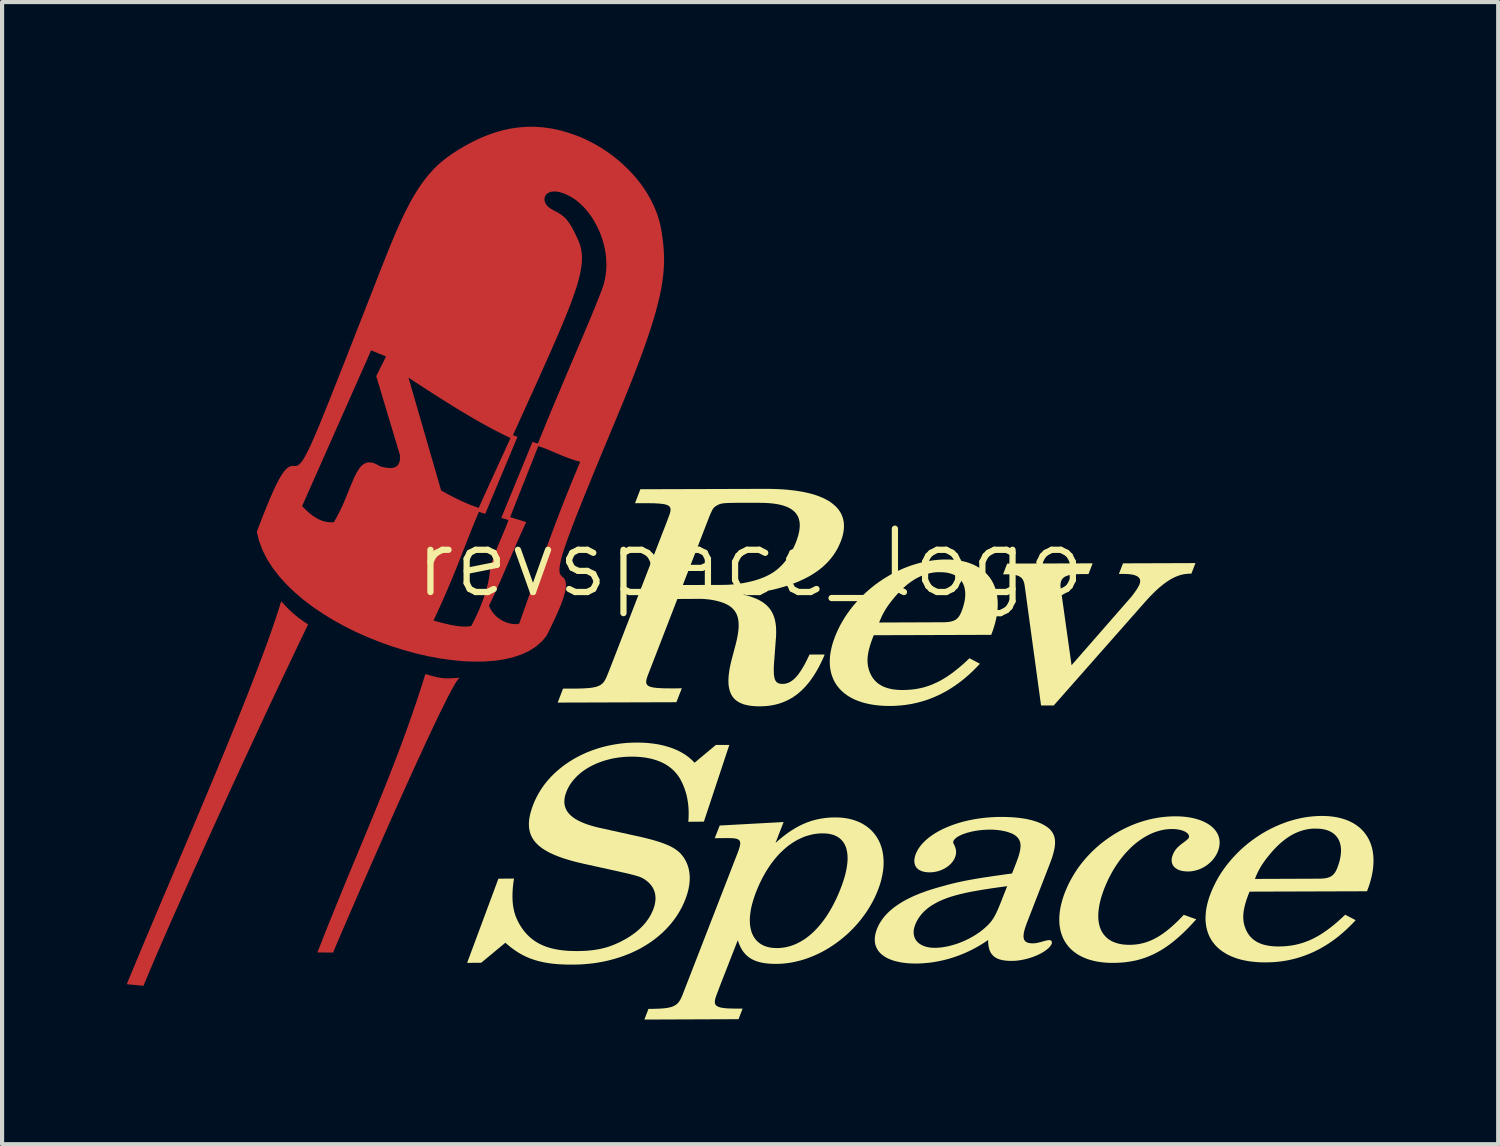
<source format=kicad_pcb>
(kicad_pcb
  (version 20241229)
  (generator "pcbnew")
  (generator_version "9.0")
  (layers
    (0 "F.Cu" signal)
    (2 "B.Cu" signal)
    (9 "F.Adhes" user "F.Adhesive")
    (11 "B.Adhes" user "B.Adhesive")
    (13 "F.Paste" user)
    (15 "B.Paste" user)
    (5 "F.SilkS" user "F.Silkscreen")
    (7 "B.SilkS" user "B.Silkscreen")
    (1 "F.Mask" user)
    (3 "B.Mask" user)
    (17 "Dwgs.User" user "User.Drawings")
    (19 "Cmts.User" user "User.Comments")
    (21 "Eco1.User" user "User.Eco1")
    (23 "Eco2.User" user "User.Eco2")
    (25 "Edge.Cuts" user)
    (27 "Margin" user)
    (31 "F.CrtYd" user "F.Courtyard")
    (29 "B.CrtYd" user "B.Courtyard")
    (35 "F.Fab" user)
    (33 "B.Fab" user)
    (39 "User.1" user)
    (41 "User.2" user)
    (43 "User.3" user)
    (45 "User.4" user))
  (footprint "revspace_logo"
    (layer "F.Cu")
    (at 15 10.498)
    (property "Reference" "revspace_logo" (at 0 0 0) (layer "F.SilkS") (effects (font (size 1.524 1.524) (thickness 0.15))))
    (attr through_hole)
    (fp_poly (pts (xy -7.814 2.669) (xy -7.883 2.89) (xy -7.954 3.109) (xy -8.025 3.324) (xy -8.097 3.536) (xy -8.17 3.746) (xy -8.243 3.954) (xy -8.318 4.159) (xy -8.393 4.363) (xy -8.468 4.565) (xy -8.545 4.765) (xy -8.622 4.965) (xy -8.7 5.164) (xy -8.779 5.362) (xy -8.858 5.56) (xy -8.938 5.758) (xy -9.019 5.957) (xy -9.101 6.155) (xy -9.183 6.355) (xy -9.266 6.556) (xy -9.35 6.757) (xy -9.435 6.961) (xy -9.52 7.166) (xy -9.606 7.373) (xy -9.693 7.582) (xy -9.78 7.794) (xy -9.868 8.009) (xy -9.957 8.226) (xy -10.046 8.447) (xy -10.137 8.672) (xy -10.228 8.9) (xy -10.319 9.133) (xy -10.412 9.37) (xy -10.034 9.373) (xy -10.027 9.354) (xy -10.004 9.299) (xy -9.967 9.21) (xy -9.916 9.09) (xy -9.852 8.941) (xy -9.777 8.766) (xy -9.691 8.567) (xy -9.595 8.346) (xy -9.491 8.105) (xy -9.379 7.848) (xy -9.26 7.576) (xy -9.136 7.292) (xy -9.007 6.999) (xy -8.874 6.698) (xy -8.739 6.392) (xy -8.602 6.083) (xy -8.464 5.775) (xy -8.326 5.468) (xy -8.19 5.167) (xy -8.056 4.872) (xy -7.925 4.587) (xy -7.799 4.314) (xy -7.678 4.055) (xy -7.563 3.812) (xy -7.455 3.589) (xy -7.355 3.387) (xy -7.265 3.208) (xy -7.185 3.056) (xy -7.116 2.933) (xy -7.059 2.841) (xy -7.016 2.782) (xy -6.986 2.759) (xy -7.025 2.761) (xy -7.061 2.764) (xy -7.096 2.766) (xy -7.13 2.769) (xy -7.163 2.771) (xy -7.196 2.773) (xy -7.228 2.774) (xy -7.26 2.775) (xy -7.293 2.775) (xy -7.326 2.774) (xy -7.36 2.772) (xy -7.396 2.768) (xy -7.433 2.764) (xy -7.471 2.758) (xy -7.512 2.751) (xy -7.554 2.742) (xy -7.6 2.731) (xy -7.648 2.719) (xy -7.7 2.704) (xy -7.755 2.688) (xy -7.814 2.669)) (stroke (width 0.000001) (type solid)) (fill yes) (layer "F.Cu"))
    (fp_poly (pts (xy -11.284 0.921) (xy -11.346 1.121) (xy -11.415 1.332) (xy -11.491 1.555) (xy -11.574 1.79) (xy -11.663 2.035) (xy -11.757 2.289) (xy -11.857 2.553) (xy -11.961 2.825) (xy -12.07 3.104) (xy -12.184 3.391) (xy -12.301 3.684) (xy -12.422 3.983) (xy -12.546 4.287) (xy -12.672 4.596) (xy -12.801 4.908) (xy -12.932 5.223) (xy -13.065 5.54) (xy -13.199 5.859) (xy -13.334 6.18) (xy -13.469 6.5) (xy -13.605 6.821) (xy -13.74 7.14) (xy -13.875 7.458) (xy -14.008 7.773) (xy -14.141 8.086) (xy -14.272 8.395) (xy -14.4 8.699) (xy -14.527 8.999) (xy -14.65 9.293) (xy -14.77 9.58) (xy -14.887 9.861) (xy -15 10.134) (xy -14.598 10.173) (xy -14.532 10.013) (xy -14.459 9.84) (xy -14.38 9.654) (xy -14.296 9.457) (xy -14.206 9.248) (xy -14.11 9.029) (xy -14.01 8.799) (xy -13.905 8.56) (xy -13.795 8.312) (xy -13.681 8.056) (xy -13.563 7.792) (xy -13.442 7.521) (xy -13.317 7.243) (xy -13.189 6.959) (xy -13.058 6.669) (xy -12.924 6.375) (xy -12.788 6.076) (xy -12.65 5.774) (xy -12.51 5.468) (xy -12.368 5.16) (xy -12.225 4.85) (xy -12.081 4.539) (xy -11.936 4.227) (xy -11.79 3.914) (xy -11.645 3.602) (xy -11.499 3.291) (xy -11.353 2.981) (xy -11.208 2.674) (xy -11.063 2.369) (xy -10.92 2.067) (xy -10.777 1.769) (xy -10.637 1.476) (xy -10.672 1.453) (xy -10.706 1.431) (xy -10.739 1.409) (xy -10.771 1.387) (xy -10.803 1.364) (xy -10.833 1.342) (xy -10.863 1.32) (xy -10.892 1.297) (xy -10.921 1.274) (xy -10.949 1.251) (xy -10.976 1.228) (xy -11.004 1.203) (xy -11.031 1.179) (xy -11.059 1.154) (xy -11.086 1.128) (xy -11.113 1.101) (xy -11.141 1.073) (xy -11.168 1.045) (xy -11.196 1.016) (xy -11.225 0.985) (xy -11.254 0.954) (xy -11.284 0.921) (xy -11.284 0.921)) (stroke (width 0.000001) (type solid)) (fill yes) (layer "F.Cu"))
    (fp_poly (pts (xy -5.344 -10.497) (xy -5.385 -10.495) (xy -5.426 -10.493) (xy -5.467 -10.49) (xy -5.508 -10.487) (xy -5.549 -10.483) (xy -5.589 -10.479) (xy -5.63 -10.474) (xy -5.67 -10.468) (xy -5.711 -10.462) (xy -5.751 -10.455) (xy -5.791 -10.448) (xy -5.831 -10.44) (xy -5.87 -10.431) (xy -5.91 -10.422) (xy -5.95 -10.413) (xy -5.989 -10.403) (xy -6.029 -10.392) (xy -6.068 -10.381) (xy -6.107 -10.369) (xy -6.146 -10.357) (xy -6.185 -10.344) (xy -6.224 -10.33) (xy -6.263 -10.317) (xy -6.302 -10.302) (xy -6.34 -10.287) (xy -6.379 -10.272) (xy -6.417 -10.256) (xy -6.456 -10.24) (xy -6.494 -10.223) (xy -6.532 -10.206) (xy -6.571 -10.188) (xy -6.609 -10.17) (xy -6.642 -10.153) (xy -6.676 -10.137) (xy -6.71 -10.119) (xy -6.743 -10.102) (xy -6.776 -10.084) (xy -6.81 -10.066) (xy -6.843 -10.047) (xy -6.876 -10.029) (xy -6.909 -10.009) (xy -6.942 -9.99) (xy -6.975 -9.97) (xy -7.008 -9.95) (xy -7.041 -9.93) (xy -7.074 -9.909) (xy -7.107 -9.888) (xy -7.14 -9.866) (xy -7.172 -9.844) (xy -7.205 -9.822) (xy -7.288 -9.764) (xy -7.367 -9.703) (xy -7.444 -9.639) (xy -7.518 -9.572) (xy -7.59 -9.503) (xy -7.659 -9.43) (xy -7.726 -9.355) (xy -7.791 -9.276) (xy -7.854 -9.194) (xy -7.916 -9.109) (xy -7.976 -9.02) (xy -8.035 -8.928) (xy -8.093 -8.832) (xy -8.15 -8.733) (xy -8.206 -8.629) (xy -8.262 -8.522) (xy -8.318 -8.41) (xy -8.373 -8.295) (xy -8.428 -8.175) (xy -8.484 -8.051) (xy -8.54 -7.922) (xy -8.596 -7.789) (xy -8.653 -7.651) (xy -8.711 -7.509) (xy -8.77 -7.361) (xy -8.831 -7.209) (xy -8.893 -7.052) (xy -8.957 -6.89) (xy -9.022 -6.722) (xy -9.089 -6.549) (xy -9.159 -6.371) (xy -9.231 -6.187) (xy -9.353 -5.875) (xy -9.469 -5.581) (xy -9.578 -5.302) (xy -9.12 -5.117) (xy -8.761 -4.97) (xy -8.997 -4.497) (xy -8.425 -2.594) (xy -8.424 -2.525) (xy -8.43 -2.467) (xy -8.443 -2.418) (xy -8.462 -2.377) (xy -8.487 -2.345) (xy -8.517 -2.32) (xy -8.552 -2.303) (xy -8.592 -2.292) (xy -8.637 -2.287) (xy -8.684 -2.287) (xy -8.736 -2.291) (xy -8.79 -2.3) (xy -8.846 -2.312) (xy -8.904 -2.327) (xy -8.959 -2.36) (xy -9.011 -2.386) (xy -9.059 -2.405) (xy -9.105 -2.417) (xy -9.148 -2.422) (xy -9.188 -2.421) (xy -9.226 -2.415) (xy -9.262 -2.402) (xy -9.295 -2.384) (xy -9.328 -2.36) (xy -9.358 -2.332) (xy -9.388 -2.298) (xy -9.416 -2.26) (xy -9.443 -2.218) (xy -9.47 -2.172) (xy -9.496 -2.121) (xy -9.522 -2.067) (xy -9.548 -2.01) (xy -9.574 -1.949) (xy -9.601 -1.886) (xy -9.627 -1.82) (xy -9.655 -1.751) (xy -9.684 -1.68) (xy -9.713 -1.608) (xy -9.744 -1.533) (xy -9.777 -1.457) (xy -9.811 -1.38) (xy -9.847 -1.302) (xy -9.886 -1.223) (xy -9.927 -1.144) (xy -9.97 -1.064) (xy -10.016 -0.985) (xy -10.06 -0.981) (xy -10.103 -0.981) (xy -10.145 -0.984) (xy -10.187 -0.989) (xy -10.227 -0.997) (xy -10.267 -1.008) (xy -10.306 -1.021) (xy -10.344 -1.036) (xy -10.381 -1.053) (xy -10.417 -1.072) (xy -10.452 -1.092) (xy -10.487 -1.114) (xy -10.52 -1.136) (xy -10.553 -1.161) (xy -10.585 -1.185) (xy -10.616 -1.211) (xy -10.645 -1.237) (xy -10.674 -1.264) (xy -10.702 -1.291) (xy -10.729 -1.318) (xy -10.755 -1.345) (xy -10.78 -1.371) (xy -9.12 -5.117) (xy -9.578 -5.302) (xy -9.681 -5.039) (xy -9.778 -4.792) (xy -9.87 -4.56) (xy -9.955 -4.343) (xy -10.036 -4.14) (xy -10.111 -3.95) (xy -10.182 -3.774) (xy -10.248 -3.61) (xy -10.309 -3.459) (xy -10.366 -3.32) (xy -10.42 -3.192) (xy -10.469 -3.075) (xy -10.516 -2.969) (xy -10.558 -2.873) (xy -10.598 -2.786) (xy -10.635 -2.709) (xy -10.67 -2.64) (xy -10.702 -2.58) (xy -10.732 -2.527) (xy -10.76 -2.482) (xy -10.787 -2.444) (xy -10.812 -2.413) (xy -10.836 -2.387) (xy -10.859 -2.367) (xy -10.881 -2.353) (xy -10.902 -2.343) (xy -10.924 -2.337) (xy -10.945 -2.335) (xy -10.966 -2.336) (xy -10.988 -2.338) (xy -11.009 -2.338) (xy -11.03 -2.336) (xy -11.05 -2.331) (xy -11.071 -2.324) (xy -11.092 -2.314) (xy -11.113 -2.302) (xy -11.134 -2.287) (xy -11.155 -2.269) (xy -11.177 -2.247) (xy -11.199 -2.223) (xy -11.221 -2.195) (xy -11.244 -2.164) (xy -11.268 -2.13) (xy -11.292 -2.091) (xy -11.317 -2.049) (xy -11.342 -2.003) (xy -11.369 -1.953) (xy -11.397 -1.898) (xy -11.425 -1.839) (xy -11.455 -1.776) (xy -11.485 -1.708) (xy -11.517 -1.636) (xy -11.551 -1.559) (xy -11.585 -1.476) (xy -11.621 -1.389) (xy -11.659 -1.296) (xy -11.698 -1.198) (xy -11.739 -1.095) (xy -11.781 -0.986) (xy -11.825 -0.871) (xy -11.871 -0.751) (xy -11.815 -0.527) (xy -11.732 -0.307) (xy -11.623 -0.093) (xy -11.49 0.115) (xy -11.334 0.317) (xy -11.158 0.513) (xy -10.963 0.701) (xy -10.75 0.882) (xy -10.522 1.055) (xy -10.28 1.219) (xy -10.026 1.375) (xy -9.761 1.521) (xy -9.488 1.657) (xy -9.207 1.782) (xy -8.921 1.897) (xy -8.632 2.001) (xy -8.34 2.093) (xy -8.049 2.173) (xy -7.759 2.24) (xy -7.472 2.294) (xy -7.19 2.334) (xy -6.914 2.361) (xy -6.647 2.372) (xy -6.39 2.369) (xy -6.145 2.351) (xy -5.913 2.316) (xy -5.696 2.265) (xy -5.496 2.197) (xy -5.314 2.112) (xy -5.153 2.009) (xy -5.013 1.888) (xy -4.898 1.749) (xy -4.858 1.668) (xy -4.819 1.59) (xy -4.783 1.515) (xy -4.748 1.443) (xy -4.715 1.373) (xy -4.684 1.306) (xy -4.655 1.241) (xy -4.627 1.178) (xy -4.601 1.118) (xy -4.577 1.061) (xy -4.555 1.006) (xy -4.535 0.953) (xy -4.516 0.902) (xy -4.499 0.854) (xy -4.485 0.808) (xy -4.472 0.764) (xy -4.46 0.722) (xy -4.451 0.682) (xy -4.444 0.644) (xy -4.438 0.609) (xy -4.434 0.575) (xy -4.433 0.544) (xy -4.433 0.514) (xy -4.435 0.486) (xy -4.439 0.46) (xy -4.444 0.436) (xy -4.452 0.414) (xy -4.462 0.393) (xy -4.473 0.375) (xy -4.487 0.357) (xy -4.503 0.342) (xy -4.52 0.328) (xy -4.537 0.314) (xy -4.552 0.297) (xy -4.565 0.278) (xy -4.575 0.256) (xy -4.583 0.229) (xy -4.587 0.199) (xy -4.589 0.164) (xy -4.587 0.124) (xy -4.582 0.079) (xy -4.574 0.027) (xy -4.562 -0.03) (xy -4.547 -0.095) (xy -4.527 -0.166) (xy -4.504 -0.245) (xy -4.476 -0.333) (xy -4.444 -0.428) (xy -4.408 -0.533) (xy -4.366 -0.647) (xy -4.321 -0.771) (xy -4.702 -0.902) (xy -4.75 -0.774) (xy -4.8 -0.64) (xy -4.853 -0.497) (xy -4.909 -0.346) (xy -4.968 -0.186) (xy -5.029 -0.017) (xy -5.094 0.162) (xy -5.162 0.35) (xy -5.234 0.549) (xy -5.309 0.759) (xy -5.388 0.98) (xy -5.47 1.213) (xy -5.557 1.458) (xy -5.577 1.463) (xy -5.6 1.467) (xy -5.626 1.469) (xy -5.655 1.47) (xy -5.686 1.468) (xy -5.719 1.465) (xy -5.754 1.459) (xy -5.791 1.451) (xy -5.828 1.441) (xy -5.867 1.428) (xy -5.906 1.412) (xy -5.946 1.394) (xy -5.985 1.373) (xy -6.024 1.349) (xy -6.062 1.321) (xy -6.099 1.291) (xy -6.135 1.256) (xy -6.17 1.219) (xy -6.202 1.177) (xy -6.233 1.132) (xy -6.26 1.083) (xy -6.285 1.029) (xy -6.253 0.962) (xy -6.222 0.896) (xy -6.191 0.83) (xy -6.161 0.766) (xy -6.132 0.702) (xy -6.103 0.638) (xy -6.075 0.575) (xy -6.047 0.513) (xy -6.019 0.451) (xy -5.992 0.389) (xy -5.965 0.328) (xy -5.938 0.267) (xy -5.912 0.206) (xy -5.886 0.145) (xy -5.86 0.084) (xy -5.834 0.024) (xy -5.808 -0.037) (xy -5.782 -0.097) (xy -5.755 -0.158) (xy -5.729 -0.219) (xy -5.703 -0.28) (xy -5.676 -0.342) (xy -5.649 -0.403) (xy -5.622 -0.466) (xy -5.595 -0.528) (xy -5.567 -0.591) (xy -5.539 -0.655) (xy -5.51 -0.72) (xy -5.481 -0.785) (xy -5.451 -0.85) (xy -5.42 -0.917) (xy -5.389 -0.985) (xy -5.413 -0.993) (xy -5.44 -1.001) (xy -5.469 -1.011) (xy -5.501 -1.021) (xy -5.535 -1.032) (xy -5.572 -1.043) (xy -5.61 -1.054) (xy -5.649 -1.066) (xy -5.69 -1.079) (xy -5.733 -1.091) (xy -5.776 -1.104) (xy -5.098 -2.813) (xy -5.107 -2.876) (xy -5.15 -2.887) (xy -5.192 -2.901) (xy -5.224 -2.913) (xy -5.236 -2.918) (xy -5.988 -1.086) (xy -5.815 -1.035) (xy -5.829 -0.997) (xy -5.843 -0.958) (xy -5.858 -0.918) (xy -5.874 -0.878) (xy -5.89 -0.838) (xy -5.907 -0.797) (xy -5.924 -0.756) (xy -5.941 -0.715) (xy -5.958 -0.674) (xy -5.976 -0.632) (xy -5.993 -0.591) (xy -6.011 -0.549) (xy -6.028 -0.507) (xy -6.046 -0.466) (xy -6.063 -0.424) (xy -6.08 -0.383) (xy -6.097 -0.341) (xy -6.113 -0.3) (xy -6.129 -0.259) (xy -6.145 -0.218) (xy -6.159 -0.178) (xy -6.174 -0.138) (xy -6.187 -0.098) (xy -6.2 -0.058) (xy -6.212 -0.019) (xy -6.223 0.019) (xy -6.233 0.057) (xy -6.242 0.095) (xy -6.25 0.132) (xy -6.257 0.168) (xy -6.263 0.203) (xy -6.267 0.238) (xy -6.272 0.28) (xy -6.277 0.322) (xy -6.284 0.365) (xy -6.292 0.408) (xy -6.301 0.451) (xy -6.31 0.495) (xy -6.321 0.539) (xy -6.332 0.583) (xy -6.344 0.628) (xy -6.357 0.672) (xy -6.371 0.716) (xy -6.385 0.76) (xy -6.399 0.804) (xy -6.415 0.848) (xy -6.43 0.892) (xy -6.446 0.935) (xy -6.463 0.977) (xy -6.479 1.019) (xy -6.496 1.061) (xy -6.513 1.102) (xy -6.53 1.142) (xy -6.547 1.181) (xy -6.565 1.219) (xy -6.582 1.257) (xy -6.599 1.293) (xy -6.616 1.329) (xy -6.632 1.363) (xy -6.649 1.396) (xy -6.665 1.428) (xy -6.681 1.458) (xy -6.696 1.487) (xy -6.711 1.515) (xy -6.741 1.52) (xy -6.772 1.524) (xy -6.804 1.527) (xy -6.838 1.529) (xy -6.872 1.529) (xy -6.908 1.528) (xy -6.944 1.526) (xy -6.981 1.523) (xy -7.019 1.519) (xy -7.058 1.514) (xy -7.098 1.508) (xy -7.138 1.501) (xy -7.179 1.493) (xy -7.221 1.485) (xy -7.263 1.475) (xy -7.306 1.466) (xy -7.35 1.455) (xy -7.394 1.444) (xy -7.438 1.433) (xy -7.483 1.421) (xy -7.528 1.409) (xy -7.573 1.396) (xy -7.619 1.383) (xy -7.567 1.273) (xy -7.518 1.165) (xy -7.47 1.061) (xy -7.424 0.959) (xy -7.38 0.86) (xy -7.338 0.764) (xy -7.297 0.67) (xy -7.258 0.578) (xy -7.22 0.488) (xy -7.183 0.401) (xy -7.148 0.315) (xy -7.114 0.232) (xy -7.08 0.15) (xy -7.048 0.07) (xy -7.017 -0.009) (xy -6.986 -0.087) (xy -6.956 -0.163) (xy -6.927 -0.238) (xy -6.898 -0.312) (xy -6.869 -0.385) (xy -6.841 -0.457) (xy -6.813 -0.529) (xy -6.785 -0.6) (xy -6.757 -0.67) (xy -6.729 -0.741) (xy -6.701 -0.811) (xy -6.673 -0.881) (xy -6.644 -0.951) (xy -6.615 -1.021) (xy -6.586 -1.091) (xy -6.556 -1.162) (xy -6.525 -1.233) (xy -6.375 -1.182) (xy -5.599 -3.034) (xy -5.617 -3.043) (xy -5.659 -3.06) (xy -5.707 -3.076) (xy -5.767 -3.007) (xy -5.792 -2.951) (xy -5.817 -2.896) (xy -5.842 -2.841) (xy -5.867 -2.787) (xy -5.891 -2.734) (xy -5.915 -2.681) (xy -5.939 -2.628) (xy -5.963 -2.576) (xy -5.987 -2.524) (xy -6.01 -2.473) (xy -6.034 -2.422) (xy -6.057 -2.371) (xy -6.08 -2.321) (xy -6.103 -2.27) (xy -6.126 -2.22) (xy -6.149 -2.17) (xy -6.172 -2.119) (xy -6.195 -2.069) (xy -6.218 -2.018) (xy -6.241 -1.968) (xy -6.265 -1.917) (xy -6.288 -1.866) (xy -6.311 -1.814) (xy -6.335 -1.762) (xy -6.359 -1.71) (xy -6.382 -1.658) (xy -6.407 -1.604) (xy -6.431 -1.551) (xy -6.455 -1.496) (xy -6.48 -1.441) (xy -6.505 -1.386) (xy -6.531 -1.329) (xy -6.582 -1.345) (xy -6.633 -1.363) (xy -6.684 -1.382) (xy -6.736 -1.402) (xy -6.787 -1.422) (xy -6.837 -1.444) (xy -6.887 -1.466) (xy -6.937 -1.488) (xy -6.985 -1.51) (xy -7.031 -1.533) (xy -7.077 -1.555) (xy -7.12 -1.577) (xy -7.162 -1.598) (xy -7.201 -1.619) (xy -7.239 -1.638) (xy -7.273 -1.657) (xy -7.305 -1.674) (xy -7.334 -1.69) (xy -7.36 -1.705) (xy -7.382 -1.718) (xy -7.401 -1.728) (xy -7.416 -1.737) (xy -7.427 -1.743) (xy -7.434 -1.747) (xy -7.436 -1.749) (xy -8.221 -4.461) (xy -8.123 -4.397) (xy -8.027 -4.334) (xy -7.933 -4.273) (xy -7.842 -4.214) (xy -7.753 -4.156) (xy -7.665 -4.1) (xy -7.58 -4.046) (xy -7.496 -3.992) (xy -7.414 -3.94) (xy -7.334 -3.89) (xy -7.255 -3.84) (xy -7.178 -3.792) (xy -7.102 -3.745) (xy -7.027 -3.699) (xy -6.953 -3.654) (xy -6.88 -3.611) (xy -6.808 -3.568) (xy -6.737 -3.526) (xy -6.666 -3.485) (xy -6.596 -3.444) (xy -6.527 -3.405) (xy -6.458 -3.366) (xy -6.389 -3.328) (xy -6.321 -3.291) (xy -6.252 -3.254) (xy -6.184 -3.217) (xy -6.115 -3.182) (xy -6.046 -3.146) (xy -5.977 -3.111) (xy -5.908 -3.076) (xy -5.837 -3.042) (xy -5.767 -3.007) (xy -5.707 -3.076) (xy -5.572 -3.374) (xy -5.443 -3.658) (xy -5.321 -3.928) (xy -5.204 -4.185) (xy -5.094 -4.429) (xy -4.99 -4.661) (xy -4.892 -4.881) (xy -4.799 -5.089) (xy -4.713 -5.287) (xy -4.632 -5.474) (xy -4.556 -5.65) (xy -4.487 -5.817) (xy -4.422 -5.975) (xy -4.363 -6.123) (xy -4.309 -6.263) (xy -4.261 -6.395) (xy -4.218 -6.52) (xy -4.179 -6.637) (xy -4.146 -6.748) (xy -4.118 -6.852) (xy -4.094 -6.95) (xy -4.076 -7.042) (xy -4.062 -7.13) (xy -4.052 -7.213) (xy -4.047 -7.292) (xy -4.047 -7.367) (xy -4.051 -7.438) (xy -4.059 -7.507) (xy -4.071 -7.573) (xy -4.088 -7.637) (xy -4.109 -7.699) (xy -4.133 -7.76) (xy -4.166 -7.833) (xy -4.197 -7.899) (xy -4.227 -7.96) (xy -4.255 -8.016) (xy -4.283 -8.066) (xy -4.31 -8.112) (xy -4.335 -8.153) (xy -4.361 -8.191) (xy -4.385 -8.225) (xy -4.409 -8.255) (xy -4.433 -8.283) (xy -4.456 -8.307) (xy -4.48 -8.329) (xy -4.503 -8.349) (xy -4.526 -8.368) (xy -4.55 -8.384) (xy -4.573 -8.4) (xy -4.597 -8.415) (xy -4.622 -8.429) (xy -4.647 -8.443) (xy -4.673 -8.457) (xy -4.7 -8.471) (xy -4.727 -8.486) (xy -4.756 -8.503) (xy -4.786 -8.52) (xy -4.817 -8.54) (xy -4.868 -8.579) (xy -4.906 -8.624) (xy -4.933 -8.672) (xy -4.947 -8.721) (xy -4.949 -8.77) (xy -4.938 -8.816) (xy -4.915 -8.858) (xy -4.88 -8.893) (xy -4.832 -8.92) (xy -4.772 -8.937) (xy -4.7 -8.941) (xy -4.7 -8.941) (xy -4.67 -8.939) (xy -4.639 -8.936) (xy -4.607 -8.93) (xy -4.573 -8.922) (xy -4.537 -8.911) (xy -4.499 -8.899) (xy -4.46 -8.884) (xy -4.425 -8.869) (xy -4.389 -8.852) (xy -4.352 -8.833) (xy -4.297 -8.803) (xy -4.243 -8.769) (xy -4.189 -8.731) (xy -4.136 -8.689) (xy -4.084 -8.643) (xy -4.032 -8.593) (xy -3.982 -8.541) (xy -3.933 -8.484) (xy -3.886 -8.425) (xy -3.84 -8.363) (xy -3.796 -8.298) (xy -3.754 -8.23) (xy -3.715 -8.16) (xy -3.677 -8.087) (xy -3.642 -8.013) (xy -3.609 -7.936) (xy -3.58 -7.858) (xy -3.553 -7.778) (xy -3.529 -7.696) (xy -3.508 -7.613) (xy -3.491 -7.529) (xy -3.477 -7.444) (xy -3.467 -7.358) (xy -3.461 -7.271) (xy -3.459 -7.183) (xy -3.461 -7.096) (xy -3.468 -7.008) (xy -3.478 -6.92) (xy -3.494 -6.832) (xy -3.514 -6.744) (xy -3.54 -6.657) (xy -3.57 -6.571) (xy -3.603 -6.485) (xy -3.637 -6.397) (xy -3.673 -6.308) (xy -3.71 -6.217) (xy -3.747 -6.124) (xy -3.786 -6.029) (xy -3.826 -5.932) (xy -3.867 -5.833) (xy -3.909 -5.733) (xy -3.952 -5.631) (xy -3.996 -5.527) (xy -4.041 -5.42) (xy -4.087 -5.312) (xy -4.134 -5.203) (xy -4.181 -5.091) (xy -4.23 -4.977) (xy -4.279 -4.861) (xy -4.33 -4.743) (xy -4.381 -4.623) (xy -4.432 -4.501) (xy -4.485 -4.377) (xy -4.538 -4.251) (xy -4.592 -4.123) (xy -4.647 -3.993) (xy -4.703 -3.861) (xy -4.759 -3.727) (xy -4.815 -3.59) (xy -4.873 -3.452) (xy -4.93 -3.311) (xy -4.989 -3.168) (xy -5.048 -3.023) (xy -5.107 -2.876) (xy -5.098 -2.813) (xy -5.064 -2.802) (xy -5.03 -2.791) (xy -4.996 -2.779) (xy -4.961 -2.767) (xy -4.927 -2.754) (xy -4.892 -2.74) (xy -4.857 -2.726) (xy -4.822 -2.711) (xy -4.786 -2.697) (xy -4.751 -2.681) (xy -4.715 -2.666) (xy -4.679 -2.65) (xy -4.642 -2.635) (xy -4.605 -2.619) (xy -4.568 -2.603) (xy -4.531 -2.587) (xy -4.493 -2.572) (xy -4.454 -2.557) (xy -4.416 -2.542) (xy -4.376 -2.527) (xy -4.337 -2.513) (xy -4.297 -2.499) (xy -4.256 -2.485) (xy -4.215 -2.472) (xy -4.173 -2.46) (xy -4.131 -2.449) (xy -4.088 -2.438) (xy -4.115 -2.375) (xy -4.141 -2.313) (xy -4.167 -2.25) (xy -4.193 -2.187) (xy -4.22 -2.123) (xy -4.247 -2.058) (xy -4.274 -1.991) (xy -4.303 -1.922) (xy -4.332 -1.85) (xy -4.362 -1.776) (xy -4.394 -1.698) (xy -4.426 -1.616) (xy -4.461 -1.53) (xy -4.496 -1.439) (xy -4.534 -1.343) (xy -4.573 -1.242) (xy -4.614 -1.135) (xy -4.657 -1.022) (xy -4.702 -0.902) (xy -4.321 -0.771) (xy -4.27 -0.905) (xy -4.214 -1.05) (xy -4.153 -1.206) (xy -4.086 -1.373) (xy -4.014 -1.553) (xy -3.937 -1.744) (xy -3.853 -1.949) (xy -3.764 -2.167) (xy -3.668 -2.399) (xy -3.567 -2.645) (xy -3.458 -2.905) (xy -3.344 -3.181) (xy -3.222 -3.472) (xy -3.115 -3.731) (xy -3.014 -3.977) (xy -2.919 -4.213) (xy -2.83 -4.437) (xy -2.747 -4.651) (xy -2.67 -4.855) (xy -2.598 -5.048) (xy -2.532 -5.233) (xy -2.471 -5.409) (xy -2.415 -5.576) (xy -2.363 -5.736) (xy -2.317 -5.887) (xy -2.275 -6.032) (xy -2.238 -6.17) (xy -2.205 -6.302) (xy -2.175 -6.428) (xy -2.15 -6.549) (xy -2.129 -6.665) (xy -2.111 -6.776) (xy -2.097 -6.883) (xy -2.086 -6.987) (xy -2.078 -7.087) (xy -2.073 -7.185) (xy -2.071 -7.28) (xy -2.072 -7.374) (xy -2.075 -7.466) (xy -2.081 -7.557) (xy -2.088 -7.647) (xy -2.098 -7.738) (xy -2.109 -7.828) (xy -2.123 -7.92) (xy -2.137 -8.012) (xy -2.154 -8.099) (xy -2.174 -8.186) (xy -2.197 -8.273) (xy -2.224 -8.359) (xy -2.255 -8.444) (xy -2.289 -8.528) (xy -2.326 -8.612) (xy -2.366 -8.695) (xy -2.409 -8.777) (xy -2.455 -8.858) (xy -2.504 -8.938) (xy -2.557 -9.017) (xy -2.611 -9.095) (xy -2.669 -9.171) (xy -2.729 -9.246) (xy -2.792 -9.32) (xy -2.857 -9.392) (xy -2.924 -9.462) (xy -2.994 -9.531) (xy -3.066 -9.598) (xy -3.14 -9.664) (xy -3.216 -9.727) (xy -3.294 -9.789) (xy -3.374 -9.849) (xy -3.456 -9.906) (xy -3.54 -9.962) (xy -3.625 -10.015) (xy -3.712 -10.066) (xy -3.8 -10.114) (xy -3.89 -10.16) (xy -3.981 -10.204) (xy -4.073 -10.245) (xy -4.107 -10.259) (xy -4.14 -10.271) (xy -4.173 -10.284) (xy -4.207 -10.296) (xy -4.24 -10.308) (xy -4.274 -10.32) (xy -4.314 -10.334) (xy -4.353 -10.347) (xy -4.393 -10.359) (xy -4.432 -10.371) (xy -4.472 -10.383) (xy -4.511 -10.394) (xy -4.55 -10.404) (xy -4.589 -10.414) (xy -4.627 -10.423) (xy -4.666 -10.432) (xy -4.705 -10.44) (xy -4.743 -10.448) (xy -4.782 -10.455) (xy -4.82 -10.461) (xy -4.858 -10.467) (xy -4.896 -10.472) (xy -4.934 -10.477) (xy -4.972 -10.482) (xy -5.01 -10.485) (xy -5.047 -10.489) (xy -5.085 -10.491) (xy -5.122 -10.494) (xy -5.159 -10.495) (xy -5.197 -10.497) (xy -5.234 -10.497) (xy -5.271 -10.498) (xy -5.307 -10.497) (xy -5.344 -10.497) (xy -5.344 -10.497)) (stroke (width 0.000001) (type solid)) (fill yes) (layer "F.Cu"))
    (fp_poly (pts (xy -7.814 2.669) (xy -7.883 2.89) (xy -7.954 3.109) (xy -8.025 3.324) (xy -8.097 3.536) (xy -8.17 3.746) (xy -8.243 3.954) (xy -8.318 4.159) (xy -8.393 4.363) (xy -8.468 4.565) (xy -8.545 4.765) (xy -8.622 4.965) (xy -8.7 5.164) (xy -8.779 5.362) (xy -8.858 5.56) (xy -8.938 5.758) (xy -9.019 5.957) (xy -9.101 6.155) (xy -9.183 6.355) (xy -9.266 6.556) (xy -9.35 6.757) (xy -9.435 6.961) (xy -9.52 7.166) (xy -9.606 7.373) (xy -9.693 7.582) (xy -9.78 7.794) (xy -9.868 8.009) (xy -9.957 8.226) (xy -10.046 8.447) (xy -10.137 8.672) (xy -10.228 8.9) (xy -10.319 9.133) (xy -10.412 9.37) (xy -10.034 9.373) (xy -10.027 9.354) (xy -10.004 9.299) (xy -9.967 9.21) (xy -9.916 9.09) (xy -9.852 8.941) (xy -9.777 8.766) (xy -9.691 8.567) (xy -9.595 8.346) (xy -9.491 8.105) (xy -9.379 7.848) (xy -9.26 7.576) (xy -9.136 7.292) (xy -9.007 6.999) (xy -8.874 6.698) (xy -8.739 6.392) (xy -8.602 6.083) (xy -8.464 5.775) (xy -8.326 5.468) (xy -8.19 5.167) (xy -8.056 4.872) (xy -7.925 4.587) (xy -7.799 4.314) (xy -7.678 4.055) (xy -7.563 3.812) (xy -7.455 3.589) (xy -7.355 3.387) (xy -7.265 3.208) (xy -7.185 3.056) (xy -7.116 2.933) (xy -7.059 2.841) (xy -7.016 2.782) (xy -6.986 2.759) (xy -7.025 2.761) (xy -7.061 2.764) (xy -7.096 2.766) (xy -7.13 2.769) (xy -7.163 2.771) (xy -7.196 2.773) (xy -7.228 2.774) (xy -7.26 2.775) (xy -7.293 2.775) (xy -7.326 2.774) (xy -7.36 2.772) (xy -7.396 2.768) (xy -7.433 2.764) (xy -7.471 2.758) (xy -7.512 2.751) (xy -7.554 2.742) (xy -7.6 2.731) (xy -7.648 2.719) (xy -7.7 2.704) (xy -7.755 2.688) (xy -7.814 2.669)) (stroke (width 0.000001) (type solid)) (fill yes) (layer "F.Mask"))
    (fp_poly (pts (xy -11.284 0.921) (xy -11.346 1.121) (xy -11.415 1.332) (xy -11.491 1.555) (xy -11.574 1.79) (xy -11.663 2.035) (xy -11.757 2.289) (xy -11.857 2.553) (xy -11.961 2.825) (xy -12.07 3.104) (xy -12.184 3.391) (xy -12.301 3.684) (xy -12.422 3.983) (xy -12.546 4.287) (xy -12.672 4.596) (xy -12.801 4.908) (xy -12.932 5.223) (xy -13.065 5.54) (xy -13.199 5.859) (xy -13.334 6.18) (xy -13.469 6.5) (xy -13.605 6.821) (xy -13.74 7.14) (xy -13.875 7.458) (xy -14.008 7.773) (xy -14.141 8.086) (xy -14.272 8.395) (xy -14.4 8.699) (xy -14.527 8.999) (xy -14.65 9.293) (xy -14.77 9.58) (xy -14.887 9.861) (xy -15 10.134) (xy -14.598 10.173) (xy -14.532 10.013) (xy -14.459 9.84) (xy -14.38 9.654) (xy -14.296 9.457) (xy -14.206 9.248) (xy -14.11 9.029) (xy -14.01 8.799) (xy -13.905 8.56) (xy -13.795 8.312) (xy -13.681 8.056) (xy -13.563 7.792) (xy -13.442 7.521) (xy -13.317 7.243) (xy -13.189 6.959) (xy -13.058 6.669) (xy -12.924 6.375) (xy -12.788 6.076) (xy -12.65 5.774) (xy -12.51 5.468) (xy -12.368 5.16) (xy -12.225 4.85) (xy -12.081 4.539) (xy -11.936 4.227) (xy -11.79 3.914) (xy -11.645 3.602) (xy -11.499 3.291) (xy -11.353 2.981) (xy -11.208 2.674) (xy -11.063 2.369) (xy -10.92 2.067) (xy -10.777 1.769) (xy -10.637 1.476) (xy -10.672 1.453) (xy -10.706 1.431) (xy -10.739 1.409) (xy -10.771 1.387) (xy -10.803 1.364) (xy -10.833 1.342) (xy -10.863 1.32) (xy -10.892 1.297) (xy -10.921 1.274) (xy -10.949 1.251) (xy -10.976 1.228) (xy -11.004 1.203) (xy -11.031 1.179) (xy -11.059 1.154) (xy -11.086 1.128) (xy -11.113 1.101) (xy -11.141 1.073) (xy -11.168 1.045) (xy -11.196 1.016) (xy -11.225 0.985) (xy -11.254 0.954) (xy -11.284 0.921) (xy -11.284 0.921)) (stroke (width 0.000001) (type solid)) (fill yes) (layer "F.Mask"))
    (fp_poly (pts (xy -5.344 -10.497) (xy -5.385 -10.495) (xy -5.426 -10.493) (xy -5.467 -10.49) (xy -5.508 -10.487) (xy -5.549 -10.483) (xy -5.589 -10.479) (xy -5.63 -10.474) (xy -5.67 -10.468) (xy -5.711 -10.462) (xy -5.751 -10.455) (xy -5.791 -10.448) (xy -5.831 -10.44) (xy -5.87 -10.431) (xy -5.91 -10.422) (xy -5.95 -10.413) (xy -5.989 -10.403) (xy -6.029 -10.392) (xy -6.068 -10.381) (xy -6.107 -10.369) (xy -6.146 -10.357) (xy -6.185 -10.344) (xy -6.224 -10.33) (xy -6.263 -10.317) (xy -6.302 -10.302) (xy -6.34 -10.287) (xy -6.379 -10.272) (xy -6.417 -10.256) (xy -6.456 -10.24) (xy -6.494 -10.223) (xy -6.532 -10.206) (xy -6.571 -10.188) (xy -6.609 -10.17) (xy -6.642 -10.153) (xy -6.676 -10.137) (xy -6.71 -10.119) (xy -6.743 -10.102) (xy -6.776 -10.084) (xy -6.81 -10.066) (xy -6.843 -10.047) (xy -6.876 -10.029) (xy -6.909 -10.009) (xy -6.942 -9.99) (xy -6.975 -9.97) (xy -7.008 -9.95) (xy -7.041 -9.93) (xy -7.074 -9.909) (xy -7.107 -9.888) (xy -7.14 -9.866) (xy -7.172 -9.844) (xy -7.205 -9.822) (xy -7.288 -9.764) (xy -7.367 -9.703) (xy -7.444 -9.639) (xy -7.518 -9.572) (xy -7.59 -9.503) (xy -7.659 -9.43) (xy -7.726 -9.355) (xy -7.791 -9.276) (xy -7.854 -9.194) (xy -7.916 -9.109) (xy -7.976 -9.02) (xy -8.035 -8.928) (xy -8.093 -8.832) (xy -8.15 -8.733) (xy -8.206 -8.629) (xy -8.262 -8.522) (xy -8.318 -8.41) (xy -8.373 -8.295) (xy -8.428 -8.175) (xy -8.484 -8.051) (xy -8.54 -7.922) (xy -8.596 -7.789) (xy -8.653 -7.651) (xy -8.711 -7.509) (xy -8.77 -7.361) (xy -8.831 -7.209) (xy -8.893 -7.052) (xy -8.957 -6.89) (xy -9.022 -6.722) (xy -9.089 -6.549) (xy -9.159 -6.371) (xy -9.231 -6.187) (xy -9.353 -5.875) (xy -9.469 -5.581) (xy -9.578 -5.302) (xy -9.12 -5.117) (xy -8.761 -4.97) (xy -8.997 -4.497) (xy -8.425 -2.594) (xy -8.424 -2.525) (xy -8.43 -2.467) (xy -8.443 -2.418) (xy -8.462 -2.377) (xy -8.487 -2.345) (xy -8.517 -2.32) (xy -8.552 -2.303) (xy -8.592 -2.292) (xy -8.637 -2.287) (xy -8.684 -2.287) (xy -8.736 -2.291) (xy -8.79 -2.3) (xy -8.846 -2.312) (xy -8.904 -2.327) (xy -8.959 -2.36) (xy -9.011 -2.386) (xy -9.059 -2.405) (xy -9.105 -2.417) (xy -9.148 -2.422) (xy -9.188 -2.421) (xy -9.226 -2.415) (xy -9.262 -2.402) (xy -9.295 -2.384) (xy -9.328 -2.36) (xy -9.358 -2.332) (xy -9.388 -2.298) (xy -9.416 -2.26) (xy -9.443 -2.218) (xy -9.47 -2.172) (xy -9.496 -2.121) (xy -9.522 -2.067) (xy -9.548 -2.01) (xy -9.574 -1.949) (xy -9.601 -1.886) (xy -9.627 -1.82) (xy -9.655 -1.751) (xy -9.684 -1.68) (xy -9.713 -1.608) (xy -9.744 -1.533) (xy -9.777 -1.457) (xy -9.811 -1.38) (xy -9.847 -1.302) (xy -9.886 -1.223) (xy -9.927 -1.144) (xy -9.97 -1.064) (xy -10.016 -0.985) (xy -10.06 -0.981) (xy -10.103 -0.981) (xy -10.145 -0.984) (xy -10.187 -0.989) (xy -10.227 -0.997) (xy -10.267 -1.008) (xy -10.306 -1.021) (xy -10.344 -1.036) (xy -10.381 -1.053) (xy -10.417 -1.072) (xy -10.452 -1.092) (xy -10.487 -1.114) (xy -10.52 -1.136) (xy -10.553 -1.161) (xy -10.585 -1.185) (xy -10.616 -1.211) (xy -10.645 -1.237) (xy -10.674 -1.264) (xy -10.702 -1.291) (xy -10.729 -1.318) (xy -10.755 -1.345) (xy -10.78 -1.371) (xy -9.12 -5.117) (xy -9.578 -5.302) (xy -9.681 -5.039) (xy -9.778 -4.792) (xy -9.87 -4.56) (xy -9.955 -4.343) (xy -10.036 -4.14) (xy -10.111 -3.95) (xy -10.182 -3.774) (xy -10.248 -3.61) (xy -10.309 -3.459) (xy -10.366 -3.32) (xy -10.42 -3.192) (xy -10.469 -3.075) (xy -10.516 -2.969) (xy -10.558 -2.873) (xy -10.598 -2.786) (xy -10.635 -2.709) (xy -10.67 -2.64) (xy -10.702 -2.58) (xy -10.732 -2.527) (xy -10.76 -2.482) (xy -10.787 -2.444) (xy -10.812 -2.413) (xy -10.836 -2.387) (xy -10.859 -2.367) (xy -10.881 -2.353) (xy -10.902 -2.343) (xy -10.924 -2.337) (xy -10.945 -2.335) (xy -10.966 -2.336) (xy -10.988 -2.338) (xy -11.009 -2.338) (xy -11.03 -2.336) (xy -11.05 -2.331) (xy -11.071 -2.324) (xy -11.092 -2.314) (xy -11.113 -2.302) (xy -11.134 -2.287) (xy -11.155 -2.269) (xy -11.177 -2.247) (xy -11.199 -2.223) (xy -11.221 -2.195) (xy -11.244 -2.164) (xy -11.268 -2.13) (xy -11.292 -2.091) (xy -11.317 -2.049) (xy -11.342 -2.003) (xy -11.369 -1.953) (xy -11.397 -1.898) (xy -11.425 -1.839) (xy -11.455 -1.776) (xy -11.485 -1.708) (xy -11.517 -1.636) (xy -11.551 -1.559) (xy -11.585 -1.476) (xy -11.621 -1.389) (xy -11.659 -1.296) (xy -11.698 -1.198) (xy -11.739 -1.095) (xy -11.781 -0.986) (xy -11.825 -0.871) (xy -11.871 -0.751) (xy -11.815 -0.527) (xy -11.732 -0.307) (xy -11.623 -0.093) (xy -11.49 0.115) (xy -11.334 0.317) (xy -11.158 0.513) (xy -10.963 0.701) (xy -10.75 0.882) (xy -10.522 1.055) (xy -10.28 1.219) (xy -10.026 1.375) (xy -9.761 1.521) (xy -9.488 1.657) (xy -9.207 1.782) (xy -8.921 1.897) (xy -8.632 2.001) (xy -8.34 2.093) (xy -8.049 2.173) (xy -7.759 2.24) (xy -7.472 2.294) (xy -7.19 2.334) (xy -6.914 2.361) (xy -6.647 2.372) (xy -6.39 2.369) (xy -6.145 2.351) (xy -5.913 2.316) (xy -5.696 2.265) (xy -5.496 2.197) (xy -5.314 2.112) (xy -5.153 2.009) (xy -5.013 1.888) (xy -4.898 1.749) (xy -4.858 1.668) (xy -4.819 1.59) (xy -4.783 1.515) (xy -4.748 1.443) (xy -4.715 1.373) (xy -4.684 1.306) (xy -4.655 1.241) (xy -4.627 1.178) (xy -4.601 1.118) (xy -4.577 1.061) (xy -4.555 1.006) (xy -4.535 0.953) (xy -4.516 0.902) (xy -4.499 0.854) (xy -4.485 0.808) (xy -4.472 0.764) (xy -4.46 0.722) (xy -4.451 0.682) (xy -4.444 0.644) (xy -4.438 0.609) (xy -4.434 0.575) (xy -4.433 0.544) (xy -4.433 0.514) (xy -4.435 0.486) (xy -4.439 0.46) (xy -4.444 0.436) (xy -4.452 0.414) (xy -4.462 0.393) (xy -4.473 0.375) (xy -4.487 0.357) (xy -4.503 0.342) (xy -4.52 0.328) (xy -4.537 0.314) (xy -4.552 0.297) (xy -4.565 0.278) (xy -4.575 0.256) (xy -4.583 0.229) (xy -4.587 0.199) (xy -4.589 0.164) (xy -4.587 0.124) (xy -4.582 0.079) (xy -4.574 0.027) (xy -4.562 -0.03) (xy -4.547 -0.095) (xy -4.527 -0.166) (xy -4.504 -0.245) (xy -4.476 -0.333) (xy -4.444 -0.428) (xy -4.408 -0.533) (xy -4.366 -0.647) (xy -4.321 -0.771) (xy -4.702 -0.902) (xy -4.75 -0.774) (xy -4.8 -0.64) (xy -4.853 -0.497) (xy -4.909 -0.346) (xy -4.968 -0.186) (xy -5.029 -0.017) (xy -5.094 0.162) (xy -5.162 0.35) (xy -5.234 0.549) (xy -5.309 0.759) (xy -5.388 0.98) (xy -5.47 1.213) (xy -5.557 1.458) (xy -5.577 1.463) (xy -5.6 1.467) (xy -5.626 1.469) (xy -5.655 1.47) (xy -5.686 1.468) (xy -5.719 1.465) (xy -5.754 1.459) (xy -5.791 1.451) (xy -5.828 1.441) (xy -5.867 1.428) (xy -5.906 1.412) (xy -5.946 1.394) (xy -5.985 1.373) (xy -6.024 1.349) (xy -6.062 1.321) (xy -6.099 1.291) (xy -6.135 1.256) (xy -6.17 1.219) (xy -6.202 1.177) (xy -6.233 1.132) (xy -6.26 1.083) (xy -6.285 1.029) (xy -6.253 0.962) (xy -6.222 0.896) (xy -6.191 0.83) (xy -6.161 0.766) (xy -6.132 0.702) (xy -6.103 0.638) (xy -6.075 0.575) (xy -6.047 0.513) (xy -6.019 0.451) (xy -5.992 0.389) (xy -5.965 0.328) (xy -5.938 0.267) (xy -5.912 0.206) (xy -5.886 0.145) (xy -5.86 0.084) (xy -5.834 0.024) (xy -5.808 -0.037) (xy -5.782 -0.097) (xy -5.755 -0.158) (xy -5.729 -0.219) (xy -5.703 -0.28) (xy -5.676 -0.342) (xy -5.649 -0.403) (xy -5.622 -0.466) (xy -5.595 -0.528) (xy -5.567 -0.591) (xy -5.539 -0.655) (xy -5.51 -0.72) (xy -5.481 -0.785) (xy -5.451 -0.85) (xy -5.42 -0.917) (xy -5.389 -0.985) (xy -5.413 -0.993) (xy -5.44 -1.001) (xy -5.469 -1.011) (xy -5.501 -1.021) (xy -5.535 -1.032) (xy -5.572 -1.043) (xy -5.61 -1.054) (xy -5.649 -1.066) (xy -5.69 -1.079) (xy -5.733 -1.091) (xy -5.776 -1.104) (xy -5.098 -2.813) (xy -5.107 -2.876) (xy -5.15 -2.887) (xy -5.192 -2.901) (xy -5.224 -2.913) (xy -5.236 -2.918) (xy -5.988 -1.086) (xy -5.815 -1.035) (xy -5.829 -0.997) (xy -5.843 -0.958) (xy -5.858 -0.918) (xy -5.874 -0.878) (xy -5.89 -0.838) (xy -5.907 -0.797) (xy -5.924 -0.756) (xy -5.941 -0.715) (xy -5.958 -0.674) (xy -5.976 -0.632) (xy -5.993 -0.591) (xy -6.011 -0.549) (xy -6.028 -0.507) (xy -6.046 -0.466) (xy -6.063 -0.424) (xy -6.08 -0.383) (xy -6.097 -0.341) (xy -6.113 -0.3) (xy -6.129 -0.259) (xy -6.145 -0.218) (xy -6.159 -0.178) (xy -6.174 -0.138) (xy -6.187 -0.098) (xy -6.2 -0.058) (xy -6.212 -0.019) (xy -6.223 0.019) (xy -6.233 0.057) (xy -6.242 0.095) (xy -6.25 0.132) (xy -6.257 0.168) (xy -6.263 0.203) (xy -6.267 0.238) (xy -6.272 0.28) (xy -6.277 0.322) (xy -6.284 0.365) (xy -6.292 0.408) (xy -6.301 0.451) (xy -6.31 0.495) (xy -6.321 0.539) (xy -6.332 0.583) (xy -6.344 0.628) (xy -6.357 0.672) (xy -6.371 0.716) (xy -6.385 0.76) (xy -6.399 0.804) (xy -6.415 0.848) (xy -6.43 0.892) (xy -6.446 0.935) (xy -6.463 0.977) (xy -6.479 1.019) (xy -6.496 1.061) (xy -6.513 1.102) (xy -6.53 1.142) (xy -6.547 1.181) (xy -6.565 1.219) (xy -6.582 1.257) (xy -6.599 1.293) (xy -6.616 1.329) (xy -6.632 1.363) (xy -6.649 1.396) (xy -6.665 1.428) (xy -6.681 1.458) (xy -6.696 1.487) (xy -6.711 1.515) (xy -6.741 1.52) (xy -6.772 1.524) (xy -6.804 1.527) (xy -6.838 1.529) (xy -6.872 1.529) (xy -6.908 1.528) (xy -6.944 1.526) (xy -6.981 1.523) (xy -7.019 1.519) (xy -7.058 1.514) (xy -7.098 1.508) (xy -7.138 1.501) (xy -7.179 1.493) (xy -7.221 1.485) (xy -7.263 1.475) (xy -7.306 1.466) (xy -7.35 1.455) (xy -7.394 1.444) (xy -7.438 1.433) (xy -7.483 1.421) (xy -7.528 1.409) (xy -7.573 1.396) (xy -7.619 1.383) (xy -7.567 1.273) (xy -7.518 1.165) (xy -7.47 1.061) (xy -7.424 0.959) (xy -7.38 0.86) (xy -7.338 0.764) (xy -7.297 0.67) (xy -7.258 0.578) (xy -7.22 0.488) (xy -7.183 0.401) (xy -7.148 0.315) (xy -7.114 0.232) (xy -7.08 0.15) (xy -7.048 0.07) (xy -7.017 -0.009) (xy -6.986 -0.087) (xy -6.956 -0.163) (xy -6.927 -0.238) (xy -6.898 -0.312) (xy -6.869 -0.385) (xy -6.841 -0.457) (xy -6.813 -0.529) (xy -6.785 -0.6) (xy -6.757 -0.67) (xy -6.729 -0.741) (xy -6.701 -0.811) (xy -6.673 -0.881) (xy -6.644 -0.951) (xy -6.615 -1.021) (xy -6.586 -1.091) (xy -6.556 -1.162) (xy -6.525 -1.233) (xy -6.375 -1.182) (xy -5.599 -3.034) (xy -5.617 -3.043) (xy -5.659 -3.06) (xy -5.707 -3.076) (xy -5.767 -3.007) (xy -5.792 -2.951) (xy -5.817 -2.896) (xy -5.842 -2.841) (xy -5.867 -2.787) (xy -5.891 -2.734) (xy -5.915 -2.681) (xy -5.939 -2.628) (xy -5.963 -2.576) (xy -5.987 -2.524) (xy -6.01 -2.473) (xy -6.034 -2.422) (xy -6.057 -2.371) (xy -6.08 -2.321) (xy -6.103 -2.27) (xy -6.126 -2.22) (xy -6.149 -2.17) (xy -6.172 -2.119) (xy -6.195 -2.069) (xy -6.218 -2.018) (xy -6.241 -1.968) (xy -6.265 -1.917) (xy -6.288 -1.866) (xy -6.311 -1.814) (xy -6.335 -1.762) (xy -6.359 -1.71) (xy -6.382 -1.658) (xy -6.407 -1.604) (xy -6.431 -1.551) (xy -6.455 -1.496) (xy -6.48 -1.441) (xy -6.505 -1.386) (xy -6.531 -1.329) (xy -6.582 -1.345) (xy -6.633 -1.363) (xy -6.684 -1.382) (xy -6.736 -1.402) (xy -6.787 -1.422) (xy -6.837 -1.444) (xy -6.887 -1.466) (xy -6.937 -1.488) (xy -6.985 -1.51) (xy -7.031 -1.533) (xy -7.077 -1.555) (xy -7.12 -1.577) (xy -7.162 -1.598) (xy -7.201 -1.619) (xy -7.239 -1.638) (xy -7.273 -1.657) (xy -7.305 -1.674) (xy -7.334 -1.69) (xy -7.36 -1.705) (xy -7.382 -1.718) (xy -7.401 -1.728) (xy -7.416 -1.737) (xy -7.427 -1.743) (xy -7.434 -1.747) (xy -7.436 -1.749) (xy -8.221 -4.461) (xy -8.123 -4.397) (xy -8.027 -4.334) (xy -7.933 -4.273) (xy -7.842 -4.214) (xy -7.753 -4.156) (xy -7.665 -4.1) (xy -7.58 -4.046) (xy -7.496 -3.992) (xy -7.414 -3.94) (xy -7.334 -3.89) (xy -7.255 -3.84) (xy -7.178 -3.792) (xy -7.102 -3.745) (xy -7.027 -3.699) (xy -6.953 -3.654) (xy -6.88 -3.611) (xy -6.808 -3.568) (xy -6.737 -3.526) (xy -6.666 -3.485) (xy -6.596 -3.444) (xy -6.527 -3.405) (xy -6.458 -3.366) (xy -6.389 -3.328) (xy -6.321 -3.291) (xy -6.252 -3.254) (xy -6.184 -3.217) (xy -6.115 -3.182) (xy -6.046 -3.146) (xy -5.977 -3.111) (xy -5.908 -3.076) (xy -5.837 -3.042) (xy -5.767 -3.007) (xy -5.707 -3.076) (xy -5.572 -3.374) (xy -5.443 -3.658) (xy -5.321 -3.928) (xy -5.204 -4.185) (xy -5.094 -4.429) (xy -4.99 -4.661) (xy -4.892 -4.881) (xy -4.799 -5.089) (xy -4.713 -5.287) (xy -4.632 -5.474) (xy -4.556 -5.65) (xy -4.487 -5.817) (xy -4.422 -5.975) (xy -4.363 -6.123) (xy -4.309 -6.263) (xy -4.261 -6.395) (xy -4.218 -6.52) (xy -4.179 -6.637) (xy -4.146 -6.748) (xy -4.118 -6.852) (xy -4.094 -6.95) (xy -4.076 -7.042) (xy -4.062 -7.13) (xy -4.052 -7.213) (xy -4.047 -7.292) (xy -4.047 -7.367) (xy -4.051 -7.438) (xy -4.059 -7.507) (xy -4.071 -7.573) (xy -4.088 -7.637) (xy -4.109 -7.699) (xy -4.133 -7.76) (xy -4.166 -7.833) (xy -4.197 -7.899) (xy -4.227 -7.96) (xy -4.255 -8.016) (xy -4.283 -8.066) (xy -4.31 -8.112) (xy -4.335 -8.153) (xy -4.361 -8.191) (xy -4.385 -8.225) (xy -4.409 -8.255) (xy -4.433 -8.283) (xy -4.456 -8.307) (xy -4.48 -8.329) (xy -4.503 -8.349) (xy -4.526 -8.368) (xy -4.55 -8.384) (xy -4.573 -8.4) (xy -4.597 -8.415) (xy -4.622 -8.429) (xy -4.647 -8.443) (xy -4.673 -8.457) (xy -4.7 -8.471) (xy -4.727 -8.486) (xy -4.756 -8.503) (xy -4.786 -8.52) (xy -4.817 -8.54) (xy -4.868 -8.579) (xy -4.906 -8.624) (xy -4.933 -8.672) (xy -4.947 -8.721) (xy -4.949 -8.77) (xy -4.938 -8.816) (xy -4.915 -8.858) (xy -4.88 -8.893) (xy -4.832 -8.92) (xy -4.772 -8.937) (xy -4.7 -8.941) (xy -4.7 -8.941) (xy -4.67 -8.939) (xy -4.639 -8.936) (xy -4.607 -8.93) (xy -4.573 -8.922) (xy -4.537 -8.911) (xy -4.499 -8.899) (xy -4.46 -8.884) (xy -4.425 -8.869) (xy -4.389 -8.852) (xy -4.352 -8.833) (xy -4.297 -8.803) (xy -4.243 -8.769) (xy -4.189 -8.731) (xy -4.136 -8.689) (xy -4.084 -8.643) (xy -4.032 -8.593) (xy -3.982 -8.541) (xy -3.933 -8.484) (xy -3.886 -8.425) (xy -3.84 -8.363) (xy -3.796 -8.298) (xy -3.754 -8.23) (xy -3.715 -8.16) (xy -3.677 -8.087) (xy -3.642 -8.013) (xy -3.609 -7.936) (xy -3.58 -7.858) (xy -3.553 -7.778) (xy -3.529 -7.696) (xy -3.508 -7.613) (xy -3.491 -7.529) (xy -3.477 -7.444) (xy -3.467 -7.358) (xy -3.461 -7.271) (xy -3.459 -7.183) (xy -3.461 -7.096) (xy -3.468 -7.008) (xy -3.478 -6.92) (xy -3.494 -6.832) (xy -3.514 -6.744) (xy -3.54 -6.657) (xy -3.57 -6.571) (xy -3.603 -6.485) (xy -3.637 -6.397) (xy -3.673 -6.308) (xy -3.71 -6.217) (xy -3.747 -6.124) (xy -3.786 -6.029) (xy -3.826 -5.932) (xy -3.867 -5.833) (xy -3.909 -5.733) (xy -3.952 -5.631) (xy -3.996 -5.527) (xy -4.041 -5.42) (xy -4.087 -5.312) (xy -4.134 -5.203) (xy -4.181 -5.091) (xy -4.23 -4.977) (xy -4.279 -4.861) (xy -4.33 -4.743) (xy -4.381 -4.623) (xy -4.432 -4.501) (xy -4.485 -4.377) (xy -4.538 -4.251) (xy -4.592 -4.123) (xy -4.647 -3.993) (xy -4.703 -3.861) (xy -4.759 -3.727) (xy -4.815 -3.59) (xy -4.873 -3.452) (xy -4.93 -3.311) (xy -4.989 -3.168) (xy -5.048 -3.023) (xy -5.107 -2.876) (xy -5.098 -2.813) (xy -5.064 -2.802) (xy -5.03 -2.791) (xy -4.996 -2.779) (xy -4.961 -2.767) (xy -4.927 -2.754) (xy -4.892 -2.74) (xy -4.857 -2.726) (xy -4.822 -2.711) (xy -4.786 -2.697) (xy -4.751 -2.681) (xy -4.715 -2.666) (xy -4.679 -2.65) (xy -4.642 -2.635) (xy -4.605 -2.619) (xy -4.568 -2.603) (xy -4.531 -2.587) (xy -4.493 -2.572) (xy -4.454 -2.557) (xy -4.416 -2.542) (xy -4.376 -2.527) (xy -4.337 -2.513) (xy -4.297 -2.499) (xy -4.256 -2.485) (xy -4.215 -2.472) (xy -4.173 -2.46) (xy -4.131 -2.449) (xy -4.088 -2.438) (xy -4.115 -2.375) (xy -4.141 -2.313) (xy -4.167 -2.25) (xy -4.193 -2.187) (xy -4.22 -2.123) (xy -4.247 -2.058) (xy -4.274 -1.991) (xy -4.303 -1.922) (xy -4.332 -1.85) (xy -4.362 -1.776) (xy -4.394 -1.698) (xy -4.426 -1.616) (xy -4.461 -1.53) (xy -4.496 -1.439) (xy -4.534 -1.343) (xy -4.573 -1.242) (xy -4.614 -1.135) (xy -4.657 -1.022) (xy -4.702 -0.902) (xy -4.321 -0.771) (xy -4.27 -0.905) (xy -4.214 -1.05) (xy -4.153 -1.206) (xy -4.086 -1.373) (xy -4.014 -1.553) (xy -3.937 -1.744) (xy -3.853 -1.949) (xy -3.764 -2.167) (xy -3.668 -2.399) (xy -3.567 -2.645) (xy -3.458 -2.905) (xy -3.344 -3.181) (xy -3.222 -3.472) (xy -3.115 -3.731) (xy -3.014 -3.977) (xy -2.919 -4.213) (xy -2.83 -4.437) (xy -2.747 -4.651) (xy -2.67 -4.855) (xy -2.598 -5.048) (xy -2.532 -5.233) (xy -2.471 -5.409) (xy -2.415 -5.576) (xy -2.363 -5.736) (xy -2.317 -5.887) (xy -2.275 -6.032) (xy -2.238 -6.17) (xy -2.205 -6.302) (xy -2.175 -6.428) (xy -2.15 -6.549) (xy -2.129 -6.665) (xy -2.111 -6.776) (xy -2.097 -6.883) (xy -2.086 -6.987) (xy -2.078 -7.087) (xy -2.073 -7.185) (xy -2.071 -7.28) (xy -2.072 -7.374) (xy -2.075 -7.466) (xy -2.081 -7.557) (xy -2.088 -7.647) (xy -2.098 -7.738) (xy -2.109 -7.828) (xy -2.123 -7.92) (xy -2.137 -8.012) (xy -2.154 -8.099) (xy -2.174 -8.186) (xy -2.197 -8.273) (xy -2.224 -8.359) (xy -2.255 -8.444) (xy -2.289 -8.528) (xy -2.326 -8.612) (xy -2.366 -8.695) (xy -2.409 -8.777) (xy -2.455 -8.858) (xy -2.504 -8.938) (xy -2.557 -9.017) (xy -2.611 -9.095) (xy -2.669 -9.171) (xy -2.729 -9.246) (xy -2.792 -9.32) (xy -2.857 -9.392) (xy -2.924 -9.462) (xy -2.994 -9.531) (xy -3.066 -9.598) (xy -3.14 -9.664) (xy -3.216 -9.727) (xy -3.294 -9.789) (xy -3.374 -9.849) (xy -3.456 -9.906) (xy -3.54 -9.962) (xy -3.625 -10.015) (xy -3.712 -10.066) (xy -3.8 -10.114) (xy -3.89 -10.16) (xy -3.981 -10.204) (xy -4.073 -10.245) (xy -4.107 -10.259) (xy -4.14 -10.271) (xy -4.173 -10.284) (xy -4.207 -10.296) (xy -4.24 -10.308) (xy -4.274 -10.32) (xy -4.314 -10.334) (xy -4.353 -10.347) (xy -4.393 -10.359) (xy -4.432 -10.371) (xy -4.472 -10.383) (xy -4.511 -10.394) (xy -4.55 -10.404) (xy -4.589 -10.414) (xy -4.627 -10.423) (xy -4.666 -10.432) (xy -4.705 -10.44) (xy -4.743 -10.448) (xy -4.782 -10.455) (xy -4.82 -10.461) (xy -4.858 -10.467) (xy -4.896 -10.472) (xy -4.934 -10.477) (xy -4.972 -10.482) (xy -5.01 -10.485) (xy -5.047 -10.489) (xy -5.085 -10.491) (xy -5.122 -10.494) (xy -5.159 -10.495) (xy -5.197 -10.497) (xy -5.234 -10.497) (xy -5.271 -10.498) (xy -5.307 -10.497) (xy -5.344 -10.497) (xy -5.344 -10.497)) (stroke (width 0.000001) (type solid)) (fill yes) (layer "F.Mask"))
    (fp_poly (pts (xy 10.716 0.001) (xy 8.972 0.007) (xy 8.873 0.262) (xy 8.996 0.262) (xy 9.069 0.264) (xy 9.134 0.269) (xy 9.192 0.277) (xy 9.243 0.289) (xy 9.286 0.305) (xy 9.321 0.323) (xy 9.349 0.346) (xy 9.369 0.371) (xy 9.382 0.4) (xy 9.386 0.433) (xy 9.382 0.469) (xy 9.37 0.508) (xy 9.359 0.535) (xy 9.343 0.565) (xy 9.325 0.597) (xy 9.305 0.63) (xy 9.282 0.664) (xy 9.257 0.7) (xy 9.231 0.736) (xy 9.204 0.772) (xy 9.176 0.808) (xy 7.734 2.459) (xy 7.47 0.58) (xy 7.466 0.544) (xy 7.468 0.505) (xy 7.475 0.465) (xy 7.485 0.43) (xy 7.497 0.405) (xy 7.511 0.383) (xy 7.528 0.363) (xy 7.549 0.345) (xy 7.574 0.329) (xy 7.603 0.315) (xy 7.636 0.303) (xy 7.674 0.292) (xy 7.717 0.284) (xy 7.765 0.277) (xy 7.819 0.272) (xy 7.879 0.268) (xy 7.946 0.266) (xy 8.019 0.265) (xy 8.142 0.265) (xy 8.241 0.007) (xy 6.185 0.013) (xy 6.086 0.271) (xy 6.155 0.271) (xy 6.222 0.272) (xy 6.283 0.275) (xy 6.337 0.28) (xy 6.385 0.288) (xy 6.427 0.3) (xy 6.464 0.314) (xy 6.496 0.332) (xy 6.524 0.353) (xy 6.547 0.378) (xy 6.566 0.408) (xy 6.581 0.442) (xy 6.594 0.481) (xy 6.603 0.525) (xy 6.61 0.574) (xy 7 3.427) (xy 7.306 3.427) (xy 9.511 0.927) (xy 9.55 0.884) (xy 9.588 0.843) (xy 9.626 0.802) (xy 9.664 0.764) (xy 9.7 0.727) (xy 9.737 0.691) (xy 9.773 0.657) (xy 9.808 0.624) (xy 9.843 0.593) (xy 9.878 0.564) (xy 9.912 0.536) (xy 9.946 0.509) (xy 9.98 0.484) (xy 10.013 0.46) (xy 10.046 0.437) (xy 10.079 0.416) (xy 10.111 0.396) (xy 10.143 0.378) (xy 10.175 0.361) (xy 10.207 0.345) (xy 10.239 0.331) (xy 10.27 0.318) (xy 10.302 0.306) (xy 10.333 0.295) (xy 10.364 0.286) (xy 10.395 0.278) (xy 10.426 0.272) (xy 10.457 0.266) (xy 10.488 0.262) (xy 10.519 0.259) (xy 10.55 0.257) (xy 10.581 0.256) (xy 10.617 0.256) (xy 10.716 0.001) (xy 10.716 0.001)) (stroke (width 0.000001) (type solid)) (fill yes) (layer "F.SilkS"))
    (fp_poly (pts (xy 10.222 6.094) (xy 10.116 6.097) (xy 10.01 6.104) (xy 9.904 6.115) (xy 9.8 6.13) (xy 9.695 6.15) (xy 9.592 6.173) (xy 9.489 6.201) (xy 9.388 6.232) (xy 9.288 6.267) (xy 9.189 6.306) (xy 9.091 6.349) (xy 8.995 6.395) (xy 8.9 6.444) (xy 8.808 6.497) (xy 8.717 6.553) (xy 8.628 6.612) (xy 8.541 6.675) (xy 8.456 6.74) (xy 8.374 6.808) (xy 8.295 6.879) (xy 8.217 6.953) (xy 8.143 7.03) (xy 8.071 7.109) (xy 8.003 7.19) (xy 7.937 7.274) (xy 7.875 7.36) (xy 7.816 7.449) (xy 7.761 7.54) (xy 7.709 7.632) (xy 7.66 7.727) (xy 7.616 7.824) (xy 7.575 7.922) (xy 7.541 8.016) (xy 7.512 8.108) (xy 7.488 8.197) (xy 7.468 8.285) (xy 7.454 8.371) (xy 7.444 8.454) (xy 7.439 8.535) (xy 7.439 8.614) (xy 7.443 8.69) (xy 7.453 8.764) (xy 7.466 8.836) (xy 7.484 8.904) (xy 7.507 8.97) (xy 7.534 9.034) (xy 7.566 9.094) (xy 7.602 9.152) (xy 7.642 9.206) (xy 7.686 9.258) (xy 7.735 9.306) (xy 7.788 9.351) (xy 7.845 9.393) (xy 7.906 9.432) (xy 7.971 9.467) (xy 8.041 9.499) (xy 8.114 9.528) (xy 8.191 9.552) (xy 8.271 9.573) (xy 8.356 9.591) (xy 8.445 9.604) (xy 8.537 9.614) (xy 8.633 9.62) (xy 8.732 9.621) (xy 8.804 9.62) (xy 8.875 9.617) (xy 8.945 9.613) (xy 9.013 9.607) (xy 9.081 9.598) (xy 9.148 9.588) (xy 9.213 9.576) (xy 9.278 9.563) (xy 9.342 9.547) (xy 9.406 9.529) (xy 9.468 9.509) (xy 9.531 9.487) (xy 9.592 9.463) (xy 9.653 9.437) (xy 9.714 9.409) (xy 9.774 9.379) (xy 9.834 9.346) (xy 9.893 9.312) (xy 9.953 9.275) (xy 10.012 9.235) (xy 10.071 9.194) (xy 10.13 9.15) (xy 10.19 9.103) (xy 10.249 9.054) (xy 10.308 9.003) (xy 10.368 8.949) (xy 10.428 8.893) (xy 10.488 8.834) (xy 10.549 8.773) (xy 10.61 8.709) (xy 10.672 8.642) (xy 10.734 8.572) (xy 10.434 8.465) (xy 10.39 8.512) (xy 10.346 8.557) (xy 10.303 8.601) (xy 10.26 8.643) (xy 10.217 8.683) (xy 10.175 8.721) (xy 10.134 8.758) (xy 10.093 8.793) (xy 10.052 8.827) (xy 10.011 8.859) (xy 9.971 8.889) (xy 9.931 8.918) (xy 9.891 8.945) (xy 9.851 8.971) (xy 9.811 8.995) (xy 9.772 9.017) (xy 9.733 9.038) (xy 9.693 9.058) (xy 9.654 9.076) (xy 9.614 9.093) (xy 9.575 9.108) (xy 9.535 9.122) (xy 9.496 9.134) (xy 9.456 9.145) (xy 9.416 9.155) (xy 9.376 9.164) (xy 9.335 9.171) (xy 9.294 9.176) (xy 9.253 9.181) (xy 9.212 9.184) (xy 9.17 9.186) (xy 9.128 9.187) (xy 9.064 9.185) (xy 9.002 9.181) (xy 8.944 9.174) (xy 8.888 9.164) (xy 8.835 9.15) (xy 8.785 9.134) (xy 8.738 9.116) (xy 8.693 9.094) (xy 8.652 9.07) (xy 8.613 9.043) (xy 8.577 9.013) (xy 8.544 8.98) (xy 8.514 8.945) (xy 8.487 8.908) (xy 8.462 8.868) (xy 8.441 8.825) (xy 8.423 8.78) (xy 8.408 8.733) (xy 8.395 8.683) (xy 8.386 8.631) (xy 8.38 8.577) (xy 8.377 8.52) (xy 8.377 8.461) (xy 8.38 8.4) (xy 8.387 8.337) (xy 8.396 8.272) (xy 8.409 8.204) (xy 8.424 8.135) (xy 8.443 8.064) (xy 8.465 7.99) (xy 8.491 7.915) (xy 8.519 7.838) (xy 8.552 7.758) (xy 8.586 7.68) (xy 8.621 7.604) (xy 8.659 7.53) (xy 8.698 7.457) (xy 8.738 7.386) (xy 8.78 7.318) (xy 8.824 7.251) (xy 8.869 7.186) (xy 8.915 7.124) (xy 8.962 7.064) (xy 9.011 7.006) (xy 9.061 6.95) (xy 9.112 6.897) (xy 9.163 6.846) (xy 9.216 6.797) (xy 9.27 6.751) (xy 9.325 6.708) (xy 9.38 6.667) (xy 9.436 6.629) (xy 9.493 6.594) (xy 9.551 6.561) (xy 9.609 6.531) (xy 9.667 6.504) (xy 9.726 6.48) (xy 9.786 6.46) (xy 9.845 6.442) (xy 9.905 6.427) (xy 9.965 6.415) (xy 10.026 6.407) (xy 10.086 6.402) (xy 10.147 6.4) (xy 10.21 6.402) (xy 10.271 6.407) (xy 10.327 6.417) (xy 10.378 6.429) (xy 10.425 6.445) (xy 10.465 6.463) (xy 10.499 6.484) (xy 10.526 6.507) (xy 10.546 6.531) (xy 10.558 6.557) (xy 10.561 6.584) (xy 10.554 6.613) (xy 10.544 6.629) (xy 10.527 6.646) (xy 10.501 6.668) (xy 10.467 6.696) (xy 10.422 6.729) (xy 10.382 6.759) (xy 10.346 6.788) (xy 10.315 6.815) (xy 10.287 6.841) (xy 10.263 6.867) (xy 10.242 6.892) (xy 10.224 6.917) (xy 10.207 6.943) (xy 10.193 6.969) (xy 10.18 6.997) (xy 10.168 7.026) (xy 10.152 7.075) (xy 10.143 7.122) (xy 10.142 7.166) (xy 10.148 7.207) (xy 10.16 7.246) (xy 10.179 7.281) (xy 10.203 7.312) (xy 10.235 7.34) (xy 10.271 7.364) (xy 10.314 7.385) (xy 10.362 7.401) (xy 10.415 7.412) (xy 10.473 7.419) (xy 10.536 7.422) (xy 10.578 7.42) (xy 10.619 7.417) (xy 10.66 7.41) (xy 10.701 7.402) (xy 10.742 7.391) (xy 10.782 7.379) (xy 10.821 7.364) (xy 10.859 7.347) (xy 10.897 7.328) (xy 10.933 7.308) (xy 10.969 7.285) (xy 11.003 7.261) (xy 11.036 7.235) (xy 11.068 7.207) (xy 11.098 7.178) (xy 11.126 7.148) (xy 11.153 7.116) (xy 11.177 7.082) (xy 11.2 7.047) (xy 11.221 7.012) (xy 11.239 6.974) (xy 11.256 6.936) (xy 11.271 6.892) (xy 11.283 6.848) (xy 11.291 6.805) (xy 11.296 6.763) (xy 11.297 6.722) (xy 11.295 6.681) (xy 11.29 6.642) (xy 11.281 6.603) (xy 11.269 6.566) (xy 11.254 6.529) (xy 11.235 6.494) (xy 11.214 6.46) (xy 11.19 6.427) (xy 11.162 6.395) (xy 11.132 6.365) (xy 11.099 6.336) (xy 11.063 6.308) (xy 11.024 6.282) (xy 10.982 6.257) (xy 10.938 6.234) (xy 10.892 6.212) (xy 10.842 6.192) (xy 10.791 6.174) (xy 10.736 6.158) (xy 10.68 6.143) (xy 10.621 6.13) (xy 10.56 6.119) (xy 10.496 6.11) (xy 10.431 6.103) (xy 10.363 6.098) (xy 10.293 6.095) (xy 10.222 6.094) (xy 10.222 6.094)) (stroke (width 0.000001) (type solid)) (fill yes) (layer "F.SilkS"))
    (fp_poly (pts (xy 4.71 -0.085) (xy 4.606 -0.083) (xy 4.501 -0.076) (xy 4.397 -0.064) (xy 4.424 0.227) (xy 4.46 0.223) (xy 4.498 0.22) (xy 4.498 0.22) (xy 4.536 0.22) (xy 4.576 0.22) (xy 4.633 0.222) (xy 4.688 0.226) (xy 4.74 0.233) (xy 4.79 0.244) (xy 4.836 0.257) (xy 4.88 0.273) (xy 4.921 0.291) (xy 4.959 0.313) (xy 4.994 0.337) (xy 5.026 0.364) (xy 5.055 0.393) (xy 5.081 0.425) (xy 5.104 0.459) (xy 5.123 0.495) (xy 5.14 0.534) (xy 5.154 0.575) (xy 5.164 0.619) (xy 5.171 0.664) (xy 5.175 0.712) (xy 5.176 0.761) (xy 5.174 0.813) (xy 5.168 0.866) (xy 5.159 0.922) (xy 5.146 0.979) (xy 5.13 1.038) (xy 5.111 1.099) (xy 5.088 1.161) (xy 5.07 1.203) (xy 5.052 1.241) (xy 5.032 1.274) (xy 5.011 1.303) (xy 4.987 1.329) (xy 4.962 1.351) (xy 4.933 1.37) (xy 4.902 1.386) (xy 4.867 1.398) (xy 4.828 1.408) (xy 4.786 1.416) (xy 4.738 1.421) (xy 4.687 1.424) (xy 4.629 1.425) (xy 3.104 1.431) (xy 3.119 1.393) (xy 3.135 1.356) (xy 3.151 1.32) (xy 3.167 1.285) (xy 3.183 1.251) (xy 3.201 1.217) (xy 3.219 1.184) (xy 3.237 1.152) (xy 3.257 1.119) (xy 3.277 1.087) (xy 3.298 1.055) (xy 3.32 1.023) (xy 3.343 0.99) (xy 3.368 0.958) (xy 3.393 0.924) (xy 3.42 0.89) (xy 3.449 0.856) (xy 3.48 0.817) (xy 3.512 0.78) (xy 3.544 0.745) (xy 3.576 0.71) (xy 3.608 0.677) (xy 3.64 0.644) (xy 3.672 0.613) (xy 3.704 0.584) (xy 3.737 0.555) (xy 3.769 0.527) (xy 3.802 0.501) (xy 3.835 0.476) (xy 3.868 0.452) (xy 3.901 0.429) (xy 3.934 0.408) (xy 3.968 0.387) (xy 4.002 0.368) (xy 4.036 0.35) (xy 4.07 0.333) (xy 4.104 0.317) (xy 4.139 0.302) (xy 4.173 0.289) (xy 4.208 0.277) (xy 4.244 0.266) (xy 4.279 0.256) (xy 4.315 0.247) (xy 4.351 0.239) (xy 4.387 0.233) (xy 4.424 0.227) (xy 4.397 -0.064) (xy 4.292 -0.048) (xy 4.189 -0.028) (xy 4.085 -0.004) (xy 3.983 0.025) (xy 3.881 0.057) (xy 3.78 0.093) (xy 3.68 0.133) (xy 3.582 0.177) (xy 3.484 0.224) (xy 3.389 0.274) (xy 3.295 0.329) (xy 3.202 0.386) (xy 3.112 0.447) (xy 3.024 0.51) (xy 2.938 0.577) (xy 2.854 0.647) (xy 2.773 0.719) (xy 2.694 0.794) (xy 2.618 0.872) (xy 2.545 0.953) (xy 2.475 1.035) (xy 2.408 1.121) (xy 2.345 1.208) (xy 2.284 1.298) (xy 2.228 1.39) (xy 2.175 1.483) (xy 2.126 1.579) (xy 2.081 1.676) (xy 2.04 1.776) (xy 2.007 1.868) (xy 1.978 1.958) (xy 1.956 2.047) (xy 1.938 2.133) (xy 1.925 2.217) (xy 1.918 2.299) (xy 1.916 2.379) (xy 1.918 2.456) (xy 1.926 2.531) (xy 1.939 2.603) (xy 1.956 2.673) (xy 1.979 2.74) (xy 2.006 2.805) (xy 2.037 2.867) (xy 2.074 2.926) (xy 2.115 2.982) (xy 2.161 3.035) (xy 2.211 3.085) (xy 2.266 3.133) (xy 2.325 3.177) (xy 2.388 3.218) (xy 2.456 3.255) (xy 2.528 3.29) (xy 2.605 3.32) (xy 2.685 3.348) (xy 2.77 3.372) (xy 2.859 3.392) (xy 2.951 3.409) (xy 3.048 3.422) (xy 3.149 3.432) (xy 3.253 3.437) (xy 3.362 3.439) (xy 3.439 3.438) (xy 3.516 3.434) (xy 3.592 3.429) (xy 3.667 3.422) (xy 3.742 3.413) (xy 3.816 3.402) (xy 3.89 3.389) (xy 3.962 3.374) (xy 4.035 3.357) (xy 4.106 3.338) (xy 4.177 3.317) (xy 4.248 3.295) (xy 4.318 3.27) (xy 4.387 3.243) (xy 4.455 3.214) (xy 4.523 3.184) (xy 4.591 3.151) (xy 4.657 3.116) (xy 4.724 3.08) (xy 4.789 3.041) (xy 4.854 3) (xy 4.918 2.958) (xy 4.982 2.913) (xy 5.045 2.867) (xy 5.108 2.818) (xy 5.17 2.768) (xy 5.231 2.715) (xy 5.292 2.661) (xy 5.352 2.604) (xy 5.411 2.546) (xy 5.47 2.485) (xy 5.529 2.423) (xy 5.277 2.291) (xy 5.224 2.341) (xy 5.171 2.39) (xy 5.12 2.437) (xy 5.068 2.481) (xy 5.018 2.524) (xy 4.967 2.565) (xy 4.918 2.604) (xy 4.868 2.642) (xy 4.819 2.677) (xy 4.77 2.711) (xy 4.722 2.743) (xy 4.673 2.773) (xy 4.625 2.802) (xy 4.577 2.829) (xy 4.529 2.854) (xy 4.48 2.878) (xy 4.432 2.9) (xy 4.384 2.921) (xy 4.336 2.94) (xy 4.287 2.957) (xy 4.238 2.973) (xy 4.189 2.988) (xy 4.14 3.001) (xy 4.09 3.012) (xy 4.04 3.022) (xy 3.989 3.031) (xy 3.938 3.038) (xy 3.887 3.044) (xy 3.834 3.049) (xy 3.781 3.052) (xy 3.728 3.054) (xy 3.673 3.055) (xy 3.619 3.055) (xy 3.566 3.052) (xy 3.515 3.048) (xy 3.467 3.043) (xy 3.42 3.036) (xy 3.374 3.027) (xy 3.331 3.016) (xy 3.29 3.004) (xy 3.25 2.99) (xy 3.212 2.975) (xy 3.176 2.958) (xy 3.142 2.939) (xy 3.109 2.919) (xy 3.078 2.897) (xy 3.049 2.873) (xy 3.022 2.848) (xy 2.997 2.821) (xy 2.973 2.793) (xy 2.95 2.763) (xy 2.93 2.731) (xy 2.911 2.697) (xy 2.894 2.662) (xy 2.878 2.626) (xy 2.864 2.588) (xy 2.855 2.558) (xy 2.847 2.529) (xy 2.84 2.498) (xy 2.834 2.468) (xy 2.83 2.436) (xy 2.826 2.404) (xy 2.825 2.371) (xy 2.824 2.337) (xy 2.825 2.302) (xy 2.828 2.266) (xy 2.832 2.229) (xy 2.837 2.191) (xy 2.844 2.152) (xy 2.852 2.111) (xy 2.862 2.07) (xy 2.874 2.027) (xy 2.886 1.982) (xy 2.901 1.936) (xy 2.917 1.889) (xy 2.935 1.84) (xy 2.954 1.789) (xy 2.975 1.737) (xy 5.801 1.728) (xy 5.838 1.629) (xy 5.87 1.531) (xy 5.897 1.436) (xy 5.919 1.343) (xy 5.936 1.253) (xy 5.948 1.164) (xy 5.956 1.078) (xy 5.958 0.994) (xy 5.956 0.913) (xy 5.949 0.834) (xy 5.938 0.758) (xy 5.922 0.684) (xy 5.901 0.614) (xy 5.876 0.546) (xy 5.847 0.482) (xy 5.813 0.42) (xy 5.775 0.361) (xy 5.732 0.306) (xy 5.685 0.254) (xy 5.634 0.206) (xy 5.579 0.16) (xy 5.52 0.119) (xy 5.456 0.081) (xy 5.389 0.046) (xy 5.317 0.016) (xy 5.242 -0.011) (xy 5.163 -0.034) (xy 5.08 -0.052) (xy 4.993 -0.067) (xy 4.902 -0.077) (xy 4.808 -0.084) (xy 4.71 -0.085) (xy 4.71 -0.085)) (stroke (width 0.000001) (type solid)) (fill yes) (layer "F.SilkS"))
    (fp_poly (pts (xy 13.752 6.085) (xy 13.647 6.088) (xy 13.543 6.095) (xy 13.438 6.106) (xy 13.465 6.398) (xy 13.502 6.394) (xy 13.539 6.391) (xy 13.539 6.391) (xy 13.578 6.39) (xy 13.617 6.391) (xy 13.675 6.392) (xy 13.73 6.396) (xy 13.782 6.404) (xy 13.831 6.414) (xy 13.878 6.427) (xy 13.922 6.443) (xy 13.962 6.462) (xy 14 6.483) (xy 14.035 6.508) (xy 14.067 6.534) (xy 14.096 6.564) (xy 14.122 6.595) (xy 14.145 6.629) (xy 14.165 6.666) (xy 14.182 6.705) (xy 14.195 6.746) (xy 14.206 6.789) (xy 14.213 6.835) (xy 14.217 6.882) (xy 14.218 6.932) (xy 14.215 6.983) (xy 14.209 7.037) (xy 14.2 7.092) (xy 14.188 7.15) (xy 14.172 7.209) (xy 14.152 7.269) (xy 14.13 7.332) (xy 14.112 7.374) (xy 14.094 7.411) (xy 14.074 7.445) (xy 14.052 7.474) (xy 14.029 7.5) (xy 14.003 7.522) (xy 13.975 7.541) (xy 13.943 7.556) (xy 13.908 7.569) (xy 13.87 7.579) (xy 13.827 7.586) (xy 13.78 7.591) (xy 13.728 7.594) (xy 13.671 7.595) (xy 12.146 7.601) (xy 12.161 7.563) (xy 12.176 7.526) (xy 12.192 7.49) (xy 12.208 7.455) (xy 12.225 7.421) (xy 12.242 7.388) (xy 12.26 7.355) (xy 12.279 7.322) (xy 12.298 7.29) (xy 12.318 7.258) (xy 12.34 7.226) (xy 12.362 7.193) (xy 12.385 7.161) (xy 12.409 7.128) (xy 12.435 7.095) (xy 12.462 7.061) (xy 12.49 7.026) (xy 12.522 6.988) (xy 12.554 6.951) (xy 12.585 6.915) (xy 12.617 6.881) (xy 12.649 6.847) (xy 12.681 6.815) (xy 12.714 6.784) (xy 12.746 6.754) (xy 12.778 6.725) (xy 12.811 6.698) (xy 12.844 6.672) (xy 12.876 6.647) (xy 12.909 6.623) (xy 12.943 6.6) (xy 12.976 6.578) (xy 13.009 6.558) (xy 13.043 6.538) (xy 13.077 6.52) (xy 13.111 6.503) (xy 13.146 6.488) (xy 13.18 6.473) (xy 13.215 6.46) (xy 13.25 6.447) (xy 13.285 6.436) (xy 13.321 6.426) (xy 13.356 6.417) (xy 13.392 6.41) (xy 13.429 6.403) (xy 13.465 6.398) (xy 13.438 6.106) (xy 13.334 6.122) (xy 13.23 6.142) (xy 13.127 6.167) (xy 13.024 6.195) (xy 12.922 6.227) (xy 12.821 6.264) (xy 12.722 6.303) (xy 12.623 6.347) (xy 12.526 6.394) (xy 12.43 6.445) (xy 12.336 6.499) (xy 12.244 6.556) (xy 12.154 6.617) (xy 12.065 6.681) (xy 11.979 6.747) (xy 11.896 6.817) (xy 11.814 6.89) (xy 11.736 6.965) (xy 11.66 7.043) (xy 11.587 7.123) (xy 11.517 7.206) (xy 11.45 7.291) (xy 11.386 7.379) (xy 11.326 7.468) (xy 11.269 7.56) (xy 11.217 7.654) (xy 11.168 7.75) (xy 11.123 7.847) (xy 11.082 7.946) (xy 11.048 8.038) (xy 11.02 8.129) (xy 10.997 8.217) (xy 10.979 8.303) (xy 10.967 8.388) (xy 10.96 8.469) (xy 10.957 8.549) (xy 10.96 8.626) (xy 10.968 8.701) (xy 10.98 8.774) (xy 10.998 8.843) (xy 11.02 8.911) (xy 11.047 8.975) (xy 11.079 9.037) (xy 11.115 9.096) (xy 11.157 9.152) (xy 11.202 9.206) (xy 11.253 9.256) (xy 11.307 9.303) (xy 11.366 9.347) (xy 11.43 9.388) (xy 11.498 9.426) (xy 11.57 9.46) (xy 11.646 9.491) (xy 11.727 9.519) (xy 11.811 9.543) (xy 11.9 9.563) (xy 11.993 9.58) (xy 12.09 9.593) (xy 12.19 9.602) (xy 12.295 9.608) (xy 12.403 9.609) (xy 12.481 9.608) (xy 12.557 9.605) (xy 12.633 9.6) (xy 12.709 9.593) (xy 12.783 9.584) (xy 12.858 9.573) (xy 12.931 9.56) (xy 13.004 9.545) (xy 13.076 9.528) (xy 13.148 9.509) (xy 13.219 9.488) (xy 13.289 9.465) (xy 13.359 9.44) (xy 13.428 9.413) (xy 13.497 9.385) (xy 13.565 9.354) (xy 13.632 9.321) (xy 13.699 9.287) (xy 13.765 9.25) (xy 13.831 9.211) (xy 13.896 9.171) (xy 13.96 9.128) (xy 14.024 9.084) (xy 14.087 9.037) (xy 14.149 8.989) (xy 14.211 8.938) (xy 14.272 8.886) (xy 14.333 8.831) (xy 14.393 8.775) (xy 14.453 8.716) (xy 14.512 8.656) (xy 14.57 8.593) (xy 14.318 8.462) (xy 14.265 8.512) (xy 14.213 8.561) (xy 14.161 8.607) (xy 14.11 8.652) (xy 14.059 8.695) (xy 14.009 8.736) (xy 13.959 8.775) (xy 13.91 8.812) (xy 13.86 8.848) (xy 13.812 8.881) (xy 13.763 8.914) (xy 13.715 8.944) (xy 13.666 8.973) (xy 13.618 9) (xy 13.57 9.025) (xy 13.522 9.049) (xy 13.474 9.071) (xy 13.426 9.091) (xy 13.377 9.11) (xy 13.329 9.128) (xy 13.28 9.144) (xy 13.231 9.158) (xy 13.181 9.171) (xy 13.132 9.183) (xy 13.082 9.193) (xy 13.031 9.202) (xy 12.98 9.209) (xy 12.928 9.215) (xy 12.876 9.22) (xy 12.823 9.223) (xy 12.769 9.225) (xy 12.715 9.226) (xy 12.66 9.225) (xy 12.608 9.223) (xy 12.557 9.219) (xy 12.508 9.213) (xy 12.461 9.206) (xy 12.416 9.197) (xy 12.373 9.187) (xy 12.331 9.175) (xy 12.291 9.161) (xy 12.254 9.145) (xy 12.218 9.128) (xy 12.183 9.11) (xy 12.151 9.089) (xy 12.12 9.067) (xy 12.091 9.044) (xy 12.064 9.018) (xy 12.038 8.992) (xy 12.014 8.963) (xy 11.992 8.933) (xy 11.971 8.901) (xy 11.953 8.868) (xy 11.935 8.833) (xy 11.92 8.796) (xy 11.906 8.758) (xy 11.896 8.729) (xy 11.888 8.699) (xy 11.881 8.669) (xy 11.875 8.638) (xy 11.871 8.607) (xy 11.868 8.574) (xy 11.866 8.541) (xy 11.866 8.507) (xy 11.867 8.472) (xy 11.869 8.436) (xy 11.873 8.4) (xy 11.879 8.362) (xy 11.886 8.322) (xy 11.894 8.282) (xy 11.904 8.24) (xy 11.915 8.197) (xy 11.928 8.153) (xy 11.942 8.107) (xy 11.959 8.059) (xy 11.976 8.01) (xy 11.996 7.96) (xy 12.017 7.907) (xy 14.843 7.898) (xy 14.88 7.799) (xy 14.912 7.702) (xy 14.939 7.607) (xy 14.961 7.514) (xy 14.978 7.423) (xy 14.99 7.335) (xy 14.997 7.248) (xy 15 7.165) (xy 14.998 7.083) (xy 14.991 7.004) (xy 14.98 6.928) (xy 14.964 6.855) (xy 14.943 6.784) (xy 14.918 6.717) (xy 14.888 6.652) (xy 14.854 6.59) (xy 14.816 6.532) (xy 14.774 6.477) (xy 14.727 6.425) (xy 14.676 6.376) (xy 14.62 6.331) (xy 14.561 6.289) (xy 14.498 6.251) (xy 14.43 6.217) (xy 14.359 6.186) (xy 14.284 6.16) (xy 14.204 6.137) (xy 14.121 6.118) (xy 14.035 6.104) (xy 13.944 6.093) (xy 13.85 6.087) (xy 13.752 6.085) (xy 13.752 6.085)) (stroke (width 0.000001) (type solid)) (fill yes) (layer "F.SilkS"))
    (fp_poly (pts (xy 2.049 6.121) (xy 1.999 6.122) (xy 1.949 6.123) (xy 1.9 6.126) (xy 1.852 6.13) (xy 1.804 6.135) (xy 1.756 6.142) (xy 1.709 6.149) (xy 1.663 6.158) (xy 1.617 6.167) (xy 1.571 6.178) (xy 1.526 6.19) (xy 1.481 6.203) (xy 1.436 6.218) (xy 1.392 6.234) (xy 1.348 6.25) (xy 1.304 6.269) (xy 1.26 6.288) (xy 1.217 6.309) (xy 1.173 6.33) (xy 1.13 6.354) (xy 1.087 6.378) (xy 1.044 6.404) (xy 1.001 6.431) (xy 0.958 6.459) (xy 0.915 6.489) (xy 0.872 6.52) (xy 0.829 6.553) (xy 0.785 6.586) (xy 0.742 6.621) (xy 0.698 6.658) (xy 0.655 6.696) (xy 0.822 6.884) (xy 0.874 6.839) (xy 0.927 6.797) (xy 0.981 6.758) (xy 1.035 6.722) (xy 1.091 6.688) (xy 1.147 6.657) (xy 1.204 6.629) (xy 1.262 6.603) (xy 1.32 6.58) (xy 1.379 6.561) (xy 1.438 6.544) (xy 1.498 6.53) (xy 1.559 6.519) (xy 1.62 6.511) (xy 1.682 6.506) (xy 1.743 6.505) (xy 1.799 6.506) (xy 1.851 6.51) (xy 1.901 6.517) (xy 1.948 6.527) (xy 1.993 6.539) (xy 2.035 6.554) (xy 2.074 6.572) (xy 2.111 6.593) (xy 2.145 6.616) (xy 2.176 6.642) (xy 2.205 6.671) (xy 2.231 6.702) (xy 2.255 6.735) (xy 2.275 6.772) (xy 2.293 6.81) (xy 2.309 6.851) (xy 2.321 6.895) (xy 2.331 6.941) (xy 2.338 6.989) (xy 2.343 7.04) (xy 2.345 7.093) (xy 2.344 7.149) (xy 2.34 7.206) (xy 2.333 7.266) (xy 2.324 7.328) (xy 2.312 7.393) (xy 2.297 7.459) (xy 2.28 7.528) (xy 2.259 7.598) (xy 2.236 7.671) (xy 2.21 7.746) (xy 2.181 7.823) (xy 2.147 7.908) (xy 2.112 7.991) (xy 2.076 8.071) (xy 2.038 8.148) (xy 2 8.224) (xy 1.96 8.297) (xy 1.92 8.367) (xy 1.878 8.435) (xy 1.836 8.501) (xy 1.792 8.563) (xy 1.748 8.624) (xy 1.702 8.682) (xy 1.656 8.737) (xy 1.609 8.79) (xy 1.561 8.84) (xy 1.512 8.887) (xy 1.463 8.932) (xy 1.413 8.974) (xy 1.362 9.013) (xy 1.31 9.05) (xy 1.258 9.083) (xy 1.205 9.114) (xy 1.151 9.142) (xy 1.097 9.168) (xy 1.043 9.19) (xy 0.987 9.21) (xy 0.932 9.226) (xy 0.876 9.24) (xy 0.819 9.251) (xy 0.762 9.258) (xy 0.704 9.263) (xy 0.647 9.265) (xy 0.59 9.263) (xy 0.535 9.259) (xy 0.484 9.252) (xy 0.434 9.241) (xy 0.387 9.228) (xy 0.343 9.212) (xy 0.301 9.193) (xy 0.262 9.171) (xy 0.225 9.146) (xy 0.191 9.119) (xy 0.16 9.089) (xy 0.131 9.056) (xy 0.105 9.021) (xy 0.081 8.984) (xy 0.061 8.943) (xy 0.042 8.901) (xy 0.027 8.856) (xy 0.015 8.808) (xy 0.005 8.759) (xy -0.002 8.707) (xy -0.006 8.653) (xy -0.008 8.596) (xy -0.006 8.538) (xy -0.001 8.477) (xy 0.006 8.414) (xy 0.016 8.35) (xy 0.029 8.283) (xy 0.045 8.215) (xy 0.065 8.144) (xy 0.087 8.072) (xy 0.112 7.998) (xy 0.14 7.922) (xy 0.173 7.841) (xy 0.207 7.761) (xy 0.243 7.684) (xy 0.28 7.608) (xy 0.319 7.535) (xy 0.358 7.464) (xy 0.399 7.396) (xy 0.442 7.329) (xy 0.485 7.265) (xy 0.53 7.203) (xy 0.576 7.144) (xy 0.623 7.087) (xy 0.671 7.032) (xy 0.72 6.98) (xy 0.771 6.931) (xy 0.822 6.884) (xy 0.655 6.696) (xy 0.611 6.735) (xy 0.805 6.232) (xy -0.732 6.316) (xy -0.852 6.621) (xy -0.537 6.618) (xy -0.456 6.62) (xy -0.389 6.624) (xy -0.335 6.633) (xy -0.294 6.647) (xy -0.264 6.668) (xy -0.246 6.695) (xy -0.238 6.731) (xy -0.24 6.775) (xy -0.252 6.83) (xy -0.272 6.895) (xy -0.3 6.972) (xy -1.517 10.107) (xy -1.628 10.392) (xy -1.643 10.429) (xy -1.659 10.463) (xy -1.674 10.495) (xy -1.691 10.524) (xy -1.709 10.551) (xy -1.728 10.576) (xy -1.749 10.598) (xy -1.771 10.618) (xy -1.795 10.635) (xy -1.822 10.651) (xy -1.851 10.665) (xy -1.883 10.678) (xy -1.918 10.688) (xy -1.957 10.697) (xy -1.998 10.705) (xy -2.044 10.711) (xy -2.093 10.716) (xy -2.147 10.72) (xy -2.206 10.723) (xy -2.269 10.725) (xy -2.337 10.727) (xy -2.41 10.727) (xy -2.446 10.727) (xy -2.545 10.985) (xy -0.279 10.976) (xy -0.181 10.721) (xy -0.276 10.721) (xy -0.377 10.721) (xy -0.466 10.719) (xy -0.545 10.716) (xy -0.614 10.71) (xy -0.673 10.702) (xy -0.722 10.692) (xy -0.763 10.678) (xy -0.795 10.662) (xy -0.82 10.642) (xy -0.837 10.619) (xy -0.847 10.592) (xy -0.85 10.561) (xy -0.847 10.525) (xy -0.839 10.485) (xy -0.825 10.439) (xy -0.807 10.389) (xy -0.699 10.104) (xy -0.297 9.076) (xy -0.283 9.119) (xy -0.268 9.16) (xy -0.251 9.2) (xy -0.234 9.237) (xy -0.215 9.273) (xy -0.195 9.307) (xy -0.174 9.339) (xy -0.151 9.369) (xy -0.127 9.398) (xy -0.102 9.424) (xy -0.075 9.45) (xy -0.047 9.473) (xy -0.017 9.495) (xy 0.014 9.516) (xy 0.047 9.534) (xy 0.081 9.551) (xy 0.117 9.567) (xy 0.155 9.581) (xy 0.194 9.594) (xy 0.235 9.605) (xy 0.278 9.615) (xy 0.322 9.623) (xy 0.368 9.63) (xy 0.417 9.636) (xy 0.467 9.64) (xy 0.519 9.643) (xy 0.573 9.645) (xy 0.629 9.645) (xy 0.723 9.643) (xy 0.818 9.636) (xy 0.913 9.625) (xy 1.008 9.61) (xy 1.102 9.59) (xy 1.196 9.567) (xy 1.29 9.54) (xy 1.382 9.509) (xy 1.474 9.474) (xy 1.565 9.436) (xy 1.655 9.394) (xy 1.744 9.349) (xy 1.831 9.3) (xy 1.917 9.248) (xy 2.001 9.193) (xy 2.084 9.135) (xy 2.165 9.074) (xy 2.244 9.01) (xy 2.321 8.944) (xy 2.396 8.874) (xy 2.468 8.802) (xy 2.538 8.728) (xy 2.606 8.651) (xy 2.67 8.572) (xy 2.732 8.49) (xy 2.791 8.407) (xy 2.847 8.321) (xy 2.9 8.233) (xy 2.95 8.144) (xy 2.996 8.053) (xy 3.038 7.96) (xy 3.077 7.865) (xy 3.11 7.774) (xy 3.139 7.684) (xy 3.162 7.595) (xy 3.181 7.508) (xy 3.196 7.423) (xy 3.206 7.34) (xy 3.211 7.258) (xy 3.212 7.178) (xy 3.208 7.101) (xy 3.2 7.025) (xy 3.188 6.952) (xy 3.172 6.881) (xy 3.151 6.813) (xy 3.127 6.747) (xy 3.098 6.684) (xy 3.065 6.624) (xy 3.029 6.567) (xy 2.988 6.512) (xy 2.944 6.461) (xy 2.896 6.413) (xy 2.844 6.368) (xy 2.789 6.327) (xy 2.73 6.289) (xy 2.668 6.254) (xy 2.602 6.224) (xy 2.533 6.197) (xy 2.46 6.174) (xy 2.384 6.155) (xy 2.305 6.14) (xy 2.223 6.129) (xy 2.138 6.123) (xy 2.049 6.121) (xy 2.049 6.121)) (stroke (width 0.000001) (type solid)) (fill yes) (layer "F.SilkS"))
    (fp_poly (pts (xy 0.374 -1.785) (xy -2.641 -1.776) (xy -2.77 -1.44) (xy -2.614 -1.44) (xy -2.508 -1.44) (xy -2.412 -1.439) (xy -2.326 -1.438) (xy -2.249 -1.435) (xy -2.182 -1.43) (xy -2.123 -1.424) (xy -2.072 -1.417) (xy -2.03 -1.407) (xy -1.994 -1.395) (xy -1.966 -1.381) (xy -1.944 -1.364) (xy -1.929 -1.344) (xy -1.919 -1.321) (xy -1.915 -1.295) (xy -1.916 -1.266) (xy -1.921 -1.233) (xy -1.931 -1.196) (xy -1.944 -1.155) (xy -1.961 -1.11) (xy -2.039 -0.904) (xy -3.354 2.489) (xy -3.432 2.687) (xy -3.446 2.721) (xy -3.46 2.753) (xy -3.474 2.783) (xy -3.489 2.811) (xy -3.504 2.836) (xy -3.52 2.859) (xy -3.538 2.88) (xy -3.557 2.9) (xy -3.578 2.917) (xy -3.601 2.933) (xy -3.626 2.947) (xy -3.653 2.96) (xy -3.683 2.971) (xy -3.716 2.981) (xy -3.753 2.989) (xy -3.793 2.996) (xy -3.836 3.003) (xy -3.884 3.008) (xy -3.935 3.012) (xy -3.991 3.015) (xy -4.052 3.018) (xy -4.117 3.02) (xy -4.188 3.021) (xy -4.264 3.022) (xy -4.346 3.022) (xy -4.502 3.022) (xy -4.631 3.358) (xy -1.775 3.349) (xy -1.643 3.013) (xy -1.802 3.016) (xy -1.908 3.016) (xy -2.004 3.015) (xy -2.09 3.014) (xy -2.166 3.01) (xy -2.234 3.006) (xy -2.293 3) (xy -2.343 2.992) (xy -2.386 2.982) (xy -2.422 2.97) (xy -2.45 2.955) (xy -2.472 2.938) (xy -2.487 2.918) (xy -2.497 2.895) (xy -2.501 2.869) (xy -2.5 2.839) (xy -2.495 2.806) (xy -2.485 2.769) (xy -2.472 2.729) (xy -2.455 2.684) (xy -2.377 2.483) (xy -1.751 0.865) (xy -1.244 0.862) (xy -1.196 0.862) (xy -1.148 0.863) (xy -1.101 0.866) (xy -1.054 0.87) (xy -1.008 0.875) (xy -0.963 0.88) (xy -0.918 0.887) (xy -0.875 0.895) (xy -0.833 0.904) (xy -0.792 0.913) (xy -0.752 0.924) (xy -0.714 0.935) (xy -0.677 0.947) (xy -0.642 0.96) (xy -0.608 0.974) (xy -0.576 0.988) (xy -0.546 1.004) (xy -0.518 1.02) (xy -0.492 1.036) (xy -0.469 1.053) (xy -0.447 1.071) (xy -0.423 1.093) (xy -0.401 1.116) (xy -0.381 1.14) (xy -0.363 1.165) (xy -0.346 1.192) (xy -0.331 1.22) (xy -0.318 1.249) (xy -0.307 1.28) (xy -0.297 1.312) (xy -0.29 1.346) (xy -0.284 1.382) (xy -0.28 1.419) (xy -0.277 1.458) (xy -0.276 1.499) (xy -0.277 1.541) (xy -0.28 1.586) (xy -0.285 1.633) (xy -0.291 1.682) (xy -0.299 1.732) (xy -0.309 1.786) (xy -0.32 1.841) (xy -0.333 1.898) (xy -0.348 1.958) (xy -0.444 2.321) (xy -0.462 2.395) (xy -0.478 2.466) (xy -0.492 2.534) (xy -0.503 2.6) (xy -0.511 2.663) (xy -0.518 2.723) (xy -0.521 2.781) (xy -0.523 2.836) (xy -0.521 2.889) (xy -0.518 2.939) (xy -0.511 2.986) (xy -0.502 3.031) (xy -0.491 3.073) (xy -0.477 3.113) (xy -0.461 3.151) (xy -0.441 3.186) (xy -0.42 3.219) (xy -0.395 3.25) (xy -0.368 3.278) (xy -0.338 3.304) (xy -0.306 3.328) (xy -0.271 3.349) (xy -0.233 3.368) (xy -0.192 3.386) (xy -0.149 3.401) (xy -0.103 3.413) (xy -0.054 3.424) (xy -0.002 3.433) (xy 0.052 3.44) (xy 0.11 3.444) (xy 0.17 3.447) (xy 0.233 3.448) (xy 0.299 3.446) (xy 0.364 3.443) (xy 0.428 3.437) (xy 0.491 3.429) (xy 0.552 3.418) (xy 0.612 3.405) (xy 0.671 3.39) (xy 0.728 3.372) (xy 0.785 3.352) (xy 0.84 3.329) (xy 0.894 3.305) (xy 0.947 3.277) (xy 0.999 3.248) (xy 1.05 3.215) (xy 1.099 3.181) (xy 1.148 3.144) (xy 1.195 3.104) (xy 1.242 3.062) (xy 1.287 3.017) (xy 1.332 2.97) (xy 1.375 2.92) (xy 1.418 2.868) (xy 1.46 2.813) (xy 1.5 2.755) (xy 1.54 2.695) (xy 1.579 2.633) (xy 1.617 2.567) (xy 1.654 2.5) (xy 1.69 2.429) (xy 1.726 2.356) (xy 1.761 2.28) (xy 1.794 2.201) (xy 1.429 2.201) (xy 1.401 2.261) (xy 1.373 2.318) (xy 1.346 2.372) (xy 1.319 2.424) (xy 1.292 2.473) (xy 1.266 2.518) (xy 1.239 2.562) (xy 1.213 2.602) (xy 1.187 2.64) (xy 1.161 2.676) (xy 1.135 2.708) (xy 1.109 2.738) (xy 1.083 2.766) (xy 1.057 2.791) (xy 1.03 2.814) (xy 1.004 2.834) (xy 0.977 2.851) (xy 0.95 2.867) (xy 0.923 2.879) (xy 0.895 2.89) (xy 0.868 2.898) (xy 0.839 2.904) (xy 0.811 2.907) (xy 0.781 2.908) (xy 0.748 2.907) (xy 0.717 2.903) (xy 0.69 2.896) (xy 0.666 2.885) (xy 0.644 2.871) (xy 0.626 2.852) (xy 0.61 2.83) (xy 0.597 2.802) (xy 0.587 2.77) (xy 0.579 2.732) (xy 0.573 2.689) (xy 0.57 2.64) (xy 0.569 2.585) (xy 0.569 2.523) (xy 0.572 2.455) (xy 0.577 2.38) (xy 0.584 2.297) (xy 0.617 1.85) (xy 0.622 1.79) (xy 0.625 1.732) (xy 0.626 1.676) (xy 0.626 1.622) (xy 0.624 1.57) (xy 0.621 1.519) (xy 0.615 1.471) (xy 0.608 1.424) (xy 0.599 1.379) (xy 0.588 1.336) (xy 0.575 1.295) (xy 0.56 1.255) (xy 0.543 1.217) (xy 0.525 1.181) (xy 0.504 1.146) (xy 0.482 1.113) (xy 0.457 1.081) (xy 0.43 1.05) (xy 0.402 1.022) (xy 0.371 0.994) (xy 0.338 0.968) (xy 0.303 0.943) (xy 0.266 0.92) (xy 0.226 0.897) (xy 0.185 0.876) (xy 0.141 0.856) (xy 0.095 0.838) (xy 0.047 0.82) (xy -0.003 0.803) (xy -0.056 0.788) (xy -0.111 0.773) (xy -0.169 0.76) (xy -0.191 0.486) (xy -0.233 0.493) (xy -0.275 0.499) (xy -0.318 0.504) (xy -0.36 0.509) (xy -0.403 0.513) (xy -0.446 0.517) (xy -0.49 0.52) (xy -0.533 0.523) (xy -0.576 0.524) (xy -0.62 0.525) (xy -0.663 0.526) (xy -1.619 0.529) (xy -1.014 -1.035) (xy -0.986 -1.107) (xy -0.962 -1.166) (xy -0.94 -1.215) (xy -0.921 -1.256) (xy -0.904 -1.288) (xy -0.886 -1.314) (xy -0.868 -1.336) (xy -0.849 -1.353) (xy -0.828 -1.369) (xy -0.805 -1.383) (xy -0.777 -1.398) (xy -0.759 -1.407) (xy -0.74 -1.414) (xy -0.721 -1.421) (xy -0.701 -1.427) (xy -0.678 -1.432) (xy -0.652 -1.436) (xy -0.623 -1.439) (xy -0.589 -1.442) (xy -0.55 -1.444) (xy -0.505 -1.446) (xy -0.454 -1.447) (xy -0.395 -1.448) (xy -0.328 -1.449) (xy -0.252 -1.449) (xy -0.252 -1.449) (xy 0.218 -1.449) (xy 0.297 -1.448) (xy 0.373 -1.446) (xy 0.445 -1.442) (xy 0.514 -1.436) (xy 0.58 -1.428) (xy 0.642 -1.419) (xy 0.701 -1.407) (xy 0.756 -1.394) (xy 0.808 -1.379) (xy 0.857 -1.362) (xy 0.902 -1.344) (xy 0.944 -1.323) (xy 0.983 -1.301) (xy 1.018 -1.276) (xy 1.05 -1.25) (xy 1.079 -1.222) (xy 1.105 -1.192) (xy 1.127 -1.16) (xy 1.146 -1.127) (xy 1.162 -1.091) (xy 1.175 -1.053) (xy 1.184 -1.013) (xy 1.191 -0.972) (xy 1.194 -0.928) (xy 1.194 -0.883) (xy 1.19 -0.835) (xy 1.184 -0.786) (xy 1.174 -0.734) (xy 1.162 -0.681) (xy 1.146 -0.625) (xy 1.127 -0.568) (xy 1.105 -0.508) (xy 1.089 -0.467) (xy 1.071 -0.426) (xy 1.053 -0.386) (xy 1.035 -0.347) (xy 1.015 -0.309) (xy 0.995 -0.271) (xy 0.975 -0.235) (xy 0.953 -0.199) (xy 0.931 -0.164) (xy 0.909 -0.131) (xy 0.885 -0.098) (xy 0.862 -0.065) (xy 0.837 -0.034) (xy 0.812 -0.004) (xy 0.786 0.025) (xy 0.759 0.054) (xy 0.732 0.081) (xy 0.704 0.107) (xy 0.676 0.132) (xy 0.647 0.157) (xy 0.618 0.18) (xy 0.587 0.202) (xy 0.557 0.223) (xy 0.525 0.243) (xy 0.493 0.262) (xy 0.461 0.28) (xy 0.432 0.295) (xy 0.402 0.31) (xy 0.37 0.325) (xy 0.338 0.339) (xy 0.305 0.353) (xy 0.271 0.366) (xy 0.237 0.378) (xy 0.201 0.391) (xy 0.165 0.403) (xy 0.127 0.414) (xy 0.09 0.425) (xy 0.051 0.435) (xy 0.012 0.445) (xy -0.028 0.454) (xy -0.068 0.463) (xy -0.108 0.471) (xy -0.15 0.479) (xy -0.191 0.486) (xy -0.169 0.76) (xy -0.047 0.745) (xy 0.071 0.729) (xy 0.185 0.711) (xy 0.297 0.692) (xy 0.406 0.671) (xy 0.511 0.649) (xy 0.613 0.625) (xy 0.712 0.599) (xy 0.808 0.572) (xy 0.901 0.543) (xy 0.99 0.512) (xy 1.077 0.48) (xy 1.161 0.446) (xy 1.241 0.41) (xy 1.319 0.373) (xy 1.393 0.334) (xy 1.464 0.294) (xy 1.533 0.251) (xy 1.598 0.207) (xy 1.661 0.162) (xy 1.72 0.114) (xy 1.777 0.065) (xy 1.83 0.015) (xy 1.881 -0.038) (xy 1.928 -0.092) (xy 1.973 -0.148) (xy 2.015 -0.206) (xy 2.054 -0.265) (xy 2.09 -0.326) (xy 2.123 -0.389) (xy 2.153 -0.454) (xy 2.181 -0.52) (xy 2.208 -0.595) (xy 2.229 -0.668) (xy 2.244 -0.739) (xy 2.254 -0.807) (xy 2.258 -0.874) (xy 2.256 -0.938) (xy 2.25 -1) (xy 2.237 -1.06) (xy 2.219 -1.118) (xy 2.196 -1.173) (xy 2.167 -1.227) (xy 2.133 -1.278) (xy 2.094 -1.326) (xy 2.049 -1.372) (xy 1.999 -1.416) (xy 1.944 -1.458) (xy 1.884 -1.497) (xy 1.818 -1.534) (xy 1.748 -1.568) (xy 1.672 -1.6) (xy 1.591 -1.63) (xy 1.505 -1.657) (xy 1.414 -1.681) (xy 1.318 -1.703) (xy 1.217 -1.722) (xy 1.111 -1.739) (xy 1 -1.753) (xy 0.885 -1.765) (xy 0.764 -1.774) (xy 0.639 -1.78) (xy 0.509 -1.784) (xy 0.374 -1.785) (xy 0.374 -1.785)) (stroke (width 0.000001) (type solid)) (fill yes) (layer "F.SilkS"))
    (fp_poly (pts (xy -2.734 4.32) (xy -2.84 4.322) (xy -2.946 4.327) (xy -3.051 4.336) (xy -3.154 4.348) (xy -3.256 4.364) (xy -3.357 4.383) (xy -3.457 4.404) (xy -3.555 4.429) (xy -3.652 4.457) (xy -3.746 4.488) (xy -3.84 4.522) (xy -3.931 4.558) (xy -4.02 4.598) (xy -4.107 4.64) (xy -4.192 4.685) (xy -4.275 4.733) (xy -4.355 4.783) (xy -4.433 4.836) (xy -4.509 4.891) (xy -4.582 4.949) (xy -4.652 5.009) (xy -4.719 5.071) (xy -4.784 5.135) (xy -4.845 5.202) (xy -4.904 5.271) (xy -4.959 5.342) (xy -5.011 5.415) (xy -5.059 5.49) (xy -5.104 5.567) (xy -5.146 5.646) (xy -5.184 5.727) (xy -5.218 5.809) (xy -5.245 5.881) (xy -5.267 5.95) (xy -5.286 6.017) (xy -5.301 6.082) (xy -5.313 6.145) (xy -5.32 6.206) (xy -5.324 6.264) (xy -5.323 6.321) (xy -5.319 6.376) (xy -5.31 6.429) (xy -5.298 6.481) (xy -5.281 6.53) (xy -5.26 6.578) (xy -5.235 6.624) (xy -5.206 6.669) (xy -5.173 6.712) (xy -5.135 6.753) (xy -5.093 6.794) (xy -5.046 6.832) (xy -4.995 6.87) (xy -4.939 6.906) (xy -4.879 6.941) (xy -4.815 6.975) (xy -4.745 7.007) (xy -4.671 7.039) (xy -4.593 7.069) (xy -4.509 7.099) (xy -4.421 7.127) (xy -4.328 7.155) (xy -4.23 7.182) (xy -4.127 7.208) (xy -4.019 7.233) (xy -3.258 7.401) (xy -3.177 7.419) (xy -3.103 7.436) (xy -3.036 7.451) (xy -2.974 7.465) (xy -2.918 7.478) (xy -2.868 7.491) (xy -2.822 7.502) (xy -2.781 7.513) (xy -2.744 7.524) (xy -2.711 7.534) (xy -2.681 7.543) (xy -2.654 7.553) (xy -2.629 7.563) (xy -2.607 7.573) (xy -2.586 7.584) (xy -2.566 7.594) (xy -2.548 7.606) (xy -2.529 7.618) (xy -2.511 7.632) (xy -2.492 7.646) (xy -2.473 7.661) (xy -2.441 7.689) (xy -2.413 7.718) (xy -2.386 7.749) (xy -2.363 7.78) (xy -2.342 7.813) (xy -2.325 7.847) (xy -2.31 7.882) (xy -2.297 7.918) (xy -2.288 7.956) (xy -2.282 7.994) (xy -2.278 8.033) (xy -2.277 8.074) (xy -2.279 8.115) (xy -2.284 8.158) (xy -2.292 8.201) (xy -2.302 8.245) (xy -2.316 8.29) (xy -2.332 8.336) (xy -2.346 8.37) (xy -2.361 8.403) (xy -2.377 8.436) (xy -2.394 8.469) (xy -2.412 8.501) (xy -2.431 8.532) (xy -2.451 8.563) (xy -2.473 8.594) (xy -2.495 8.624) (xy -2.518 8.654) (xy -2.543 8.683) (xy -2.569 8.712) (xy -2.595 8.741) (xy -2.623 8.769) (xy -2.652 8.797) (xy -2.682 8.824) (xy -2.713 8.85) (xy -2.745 8.877) (xy -2.778 8.903) (xy -2.813 8.928) (xy -2.848 8.953) (xy -2.885 8.978) (xy -2.922 9.002) (xy -2.961 9.026) (xy -3.001 9.049) (xy -3.036 9.069) (xy -3.071 9.087) (xy -3.106 9.106) (xy -3.141 9.123) (xy -3.175 9.139) (xy -3.21 9.155) (xy -3.245 9.17) (xy -3.279 9.185) (xy -3.313 9.198) (xy -3.348 9.211) (xy -3.383 9.223) (xy -3.418 9.235) (xy -3.453 9.246) (xy -3.488 9.256) (xy -3.524 9.265) (xy -3.56 9.274) (xy -3.596 9.282) (xy -3.633 9.29) (xy -3.67 9.297) (xy -3.707 9.303) (xy -3.746 9.309) (xy -3.784 9.314) (xy -3.824 9.319) (xy -3.864 9.323) (xy -3.905 9.327) (xy -3.946 9.33) (xy -3.988 9.332) (xy -4.032 9.334) (xy -4.076 9.335) (xy -4.12 9.336) (xy -4.166 9.337) (xy -4.226 9.336) (xy -4.284 9.335) (xy -4.341 9.333) (xy -4.397 9.33) (xy -4.451 9.325) (xy -4.504 9.32) (xy -4.555 9.314) (xy -4.606 9.306) (xy -4.655 9.298) (xy -4.702 9.289) (xy -4.749 9.278) (xy -4.794 9.267) (xy -4.838 9.254) (xy -4.881 9.241) (xy -4.923 9.226) (xy -4.963 9.21) (xy -5.003 9.193) (xy -5.041 9.176) (xy -5.078 9.157) (xy -5.115 9.136) (xy -5.15 9.115) (xy -5.184 9.093) (xy -5.217 9.069) (xy -5.25 9.045) (xy -5.281 9.019) (xy -5.312 8.992) (xy -5.341 8.964) (xy -5.37 8.935) (xy -5.398 8.904) (xy -5.424 8.873) (xy -5.451 8.84) (xy -5.476 8.806) (xy -5.498 8.774) (xy -5.519 8.742) (xy -5.539 8.709) (xy -5.558 8.677) (xy -5.576 8.644) (xy -5.593 8.611) (xy -5.608 8.578) (xy -5.623 8.545) (xy -5.636 8.511) (xy -5.649 8.477) (xy -5.66 8.442) (xy -5.671 8.407) (xy -5.68 8.371) (xy -5.688 8.335) (xy -5.695 8.298) (xy -5.702 8.261) (xy -5.707 8.223) (xy -5.711 8.184) (xy -5.715 8.144) (xy -5.717 8.104) (xy -5.718 8.062) (xy -5.719 8.02) (xy -5.718 7.977) (xy -5.717 7.933) (xy -5.715 7.888) (xy -5.712 7.841) (xy -5.708 7.794) (xy -5.703 7.745) (xy -5.697 7.696) (xy -5.69 7.645) (xy -5.683 7.592) (xy -6.057 7.595) (xy -6.81 9.621) (xy -6.471 9.618) (xy -5.89 9.136) (xy -5.849 9.172) (xy -5.808 9.206) (xy -5.768 9.239) (xy -5.727 9.27) (xy -5.686 9.3) (xy -5.644 9.329) (xy -5.603 9.357) (xy -5.56 9.383) (xy -5.518 9.408) (xy -5.475 9.431) (xy -5.431 9.453) (xy -5.387 9.474) (xy -5.341 9.494) (xy -5.295 9.513) (xy -5.249 9.53) (xy -5.201 9.546) (xy -5.153 9.561) (xy -5.103 9.575) (xy -5.052 9.588) (xy -5 9.6) (xy -4.947 9.611) (xy -4.893 9.62) (xy -4.838 9.629) (xy -4.781 9.637) (xy -4.722 9.643) (xy -4.662 9.649) (xy -4.601 9.654) (xy -4.538 9.657) (xy -4.473 9.66) (xy -4.407 9.662) (xy -4.338 9.663) (xy -4.268 9.663) (xy -4.149 9.661) (xy -4.031 9.655) (xy -3.914 9.646) (xy -3.799 9.634) (xy -3.686 9.618) (xy -3.574 9.598) (xy -3.464 9.576) (xy -3.356 9.55) (xy -3.251 9.521) (xy -3.147 9.489) (xy -3.045 9.454) (xy -2.946 9.416) (xy -2.848 9.375) (xy -2.754 9.331) (xy -2.661 9.284) (xy -2.572 9.234) (xy -2.485 9.181) (xy -2.401 9.126) (xy -2.319 9.068) (xy -2.241 9.007) (xy -2.165 8.944) (xy -2.093 8.878) (xy -2.024 8.81) (xy -1.958 8.74) (xy -1.896 8.667) (xy -1.837 8.591) (xy -1.781 8.514) (xy -1.729 8.434) (xy -1.681 8.352) (xy -1.636 8.268) (xy -1.596 8.181) (xy -1.559 8.093) (xy -1.542 8.046) (xy -1.526 7.999) (xy -1.511 7.954) (xy -1.499 7.908) (xy -1.487 7.863) (xy -1.478 7.819) (xy -1.47 7.775) (xy -1.463 7.732) (xy -1.459 7.689) (xy -1.455 7.647) (xy -1.454 7.605) (xy -1.453 7.564) (xy -1.455 7.524) (xy -1.458 7.485) (xy -1.462 7.446) (xy -1.468 7.407) (xy -1.476 7.37) (xy -1.485 7.333) (xy -1.496 7.297) (xy -1.508 7.261) (xy -1.522 7.227) (xy -1.537 7.193) (xy -1.554 7.159) (xy -1.572 7.127) (xy -1.592 7.095) (xy -1.614 7.064) (xy -1.637 7.034) (xy -1.661 7.005) (xy -1.678 6.987) (xy -1.695 6.969) (xy -1.714 6.952) (xy -1.734 6.935) (xy -1.755 6.918) (xy -1.777 6.902) (xy -1.8 6.886) (xy -1.824 6.87) (xy -1.849 6.855) (xy -1.876 6.839) (xy -1.904 6.824) (xy -1.934 6.81) (xy -1.965 6.795) (xy -1.997 6.781) (xy -2.031 6.767) (xy -2.067 6.753) (xy -2.104 6.739) (xy -2.143 6.725) (xy -2.184 6.711) (xy -2.227 6.698) (xy -2.271 6.684) (xy -2.317 6.671) (xy -2.365 6.657) (xy -2.416 6.644) (xy -2.468 6.63) (xy -2.522 6.617) (xy -2.578 6.603) (xy -2.637 6.589) (xy -2.698 6.575) (xy -2.761 6.562) (xy -3.618 6.373) (xy -3.688 6.356) (xy -3.754 6.339) (xy -3.818 6.321) (xy -3.879 6.302) (xy -3.936 6.283) (xy -3.991 6.262) (xy -4.043 6.241) (xy -4.091 6.219) (xy -4.137 6.196) (xy -4.18 6.172) (xy -4.22 6.148) (xy -4.257 6.122) (xy -4.291 6.096) (xy -4.322 6.069) (xy -4.35 6.04) (xy -4.375 6.011) (xy -4.397 5.981) (xy -4.416 5.951) (xy -4.432 5.919) (xy -4.446 5.886) (xy -4.456 5.852) (xy -4.464 5.817) (xy -4.469 5.782) (xy -4.47 5.745) (xy -4.469 5.707) (xy -4.465 5.669) (xy -4.459 5.629) (xy -4.449 5.588) (xy -4.436 5.546) (xy -4.421 5.504) (xy -4.402 5.457) (xy -4.38 5.412) (xy -4.356 5.368) (xy -4.329 5.325) (xy -4.3 5.282) (xy -4.268 5.241) (xy -4.235 5.201) (xy -4.199 5.162) (xy -4.162 5.124) (xy -4.122 5.088) (xy -4.08 5.052) (xy -4.037 5.018) (xy -3.991 4.985) (xy -3.944 4.954) (xy -3.895 4.924) (xy -3.844 4.895) (xy -3.792 4.868) (xy -3.738 4.843) (xy -3.683 4.818) (xy -3.626 4.796) (xy -3.568 4.775) (xy -3.509 4.755) (xy -3.448 4.738) (xy -3.386 4.722) (xy -3.324 4.707) (xy -3.26 4.695) (xy -3.195 4.684) (xy -3.129 4.675) (xy -3.062 4.668) (xy -2.994 4.663) (xy -2.926 4.66) (xy -2.857 4.659) (xy -2.8 4.659) (xy -2.745 4.661) (xy -2.69 4.664) (xy -2.637 4.668) (xy -2.585 4.673) (xy -2.535 4.68) (xy -2.485 4.688) (xy -2.437 4.697) (xy -2.389 4.707) (xy -2.343 4.719) (xy -2.299 4.732) (xy -2.255 4.746) (xy -2.213 4.761) (xy -2.172 4.777) (xy -2.132 4.795) (xy -2.093 4.813) (xy -2.055 4.833) (xy -2.019 4.855) (xy -1.984 4.877) (xy -1.95 4.9) (xy -1.918 4.925) (xy -1.886 4.951) (xy -1.856 4.978) (xy -1.828 5.006) (xy -1.8 5.036) (xy -1.774 5.066) (xy -1.749 5.098) (xy -1.725 5.13) (xy -1.703 5.164) (xy -1.681 5.199) (xy -1.662 5.236) (xy -1.643 5.273) (xy -1.627 5.308) (xy -1.611 5.343) (xy -1.597 5.378) (xy -1.583 5.413) (xy -1.571 5.449) (xy -1.559 5.485) (xy -1.548 5.52) (xy -1.538 5.557) (xy -1.528 5.593) (xy -1.52 5.63) (xy -1.512 5.667) (xy -1.506 5.704) (xy -1.5 5.741) (xy -1.494 5.779) (xy -1.49 5.818) (xy -1.486 5.856) (xy -1.483 5.896) (xy -1.481 5.935) (xy -1.48 5.975) (xy -1.479 6.016) (xy -1.48 6.057) (xy -1.48 6.098) (xy -1.482 6.14) (xy -1.484 6.183) (xy -1.487 6.226) (xy -1.113 6.223) (xy -0.501 4.377) (xy -0.825 4.377) (xy -1.337 4.805) (xy -1.365 4.776) (xy -1.393 4.747) (xy -1.423 4.72) (xy -1.454 4.693) (xy -1.486 4.667) (xy -1.519 4.642) (xy -1.553 4.618) (xy -1.589 4.595) (xy -1.625 4.573) (xy -1.663 4.551) (xy -1.702 4.531) (xy -1.741 4.511) (xy -1.782 4.493) (xy -1.824 4.475) (xy -1.867 4.458) (xy -1.911 4.442) (xy -1.955 4.428) (xy -2.001 4.414) (xy -2.048 4.401) (xy -2.095 4.389) (xy -2.144 4.378) (xy -2.193 4.367) (xy -2.244 4.358) (xy -2.295 4.35) (xy -2.347 4.343) (xy -2.4 4.337) (xy -2.453 4.331) (xy -2.508 4.327) (xy -2.563 4.324) (xy -2.619 4.322) (xy -2.676 4.32) (xy -2.734 4.32) (xy -2.734 4.32)) (stroke (width 0.000001) (type solid)) (fill yes) (layer "F.SilkS"))
    (fp_poly (pts (xy 6.029 6.109) (xy 5.938 6.11) (xy 5.847 6.114) (xy 5.758 6.12) (xy 5.669 6.127) (xy 5.581 6.137) (xy 5.495 6.149) (xy 5.41 6.162) (xy 5.326 6.178) (xy 5.243 6.195) (xy 5.162 6.214) (xy 5.083 6.235) (xy 5.006 6.258) (xy 4.93 6.282) (xy 4.857 6.308) (xy 4.785 6.336) (xy 4.716 6.365) (xy 4.648 6.395) (xy 4.584 6.427) (xy 4.521 6.461) (xy 4.462 6.495) (xy 4.405 6.531) (xy 4.351 6.569) (xy 4.299 6.607) (xy 4.251 6.647) (xy 4.206 6.688) (xy 4.164 6.73) (xy 4.125 6.773) (xy 4.09 6.817) (xy 4.058 6.862) (xy 4.03 6.908) (xy 4.006 6.955) (xy 3.985 7.002) (xy 3.966 7.058) (xy 3.955 7.112) (xy 3.95 7.161) (xy 3.953 7.208) (xy 3.962 7.25) (xy 3.977 7.289) (xy 3.999 7.324) (xy 4.028 7.355) (xy 4.062 7.381) (xy 4.103 7.403) (xy 4.149 7.42) (xy 4.201 7.433) (xy 4.258 7.44) (xy 4.321 7.443) (xy 4.366 7.441) (xy 4.41 7.437) (xy 4.454 7.43) (xy 4.497 7.421) (xy 4.54 7.409) (xy 4.581 7.395) (xy 4.621 7.378) (xy 4.66 7.36) (xy 4.697 7.339) (xy 4.732 7.317) (xy 4.766 7.293) (xy 4.797 7.266) (xy 4.826 7.239) (xy 4.853 7.209) (xy 4.877 7.178) (xy 4.898 7.146) (xy 4.917 7.112) (xy 4.932 7.077) (xy 4.944 7.042) (xy 4.951 7.007) (xy 4.955 6.971) (xy 4.955 6.934) (xy 4.951 6.898) (xy 4.942 6.861) (xy 4.93 6.824) (xy 4.914 6.786) (xy 4.891 6.745) (xy 4.885 6.716) (xy 4.89 6.693) (xy 4.899 6.675) (xy 4.912 6.657) (xy 4.928 6.639) (xy 4.947 6.621) (xy 4.969 6.604) (xy 4.993 6.587) (xy 5.021 6.571) (xy 5.051 6.555) (xy 5.084 6.54) (xy 5.119 6.525) (xy 5.156 6.512) (xy 5.196 6.499) (xy 5.237 6.486) (xy 5.28 6.475) (xy 5.324 6.464) (xy 5.37 6.454) (xy 5.417 6.446) (xy 5.465 6.438) (xy 5.515 6.431) (xy 5.565 6.425) (xy 5.616 6.421) (xy 5.667 6.418) (xy 5.719 6.416) (xy 5.771 6.415) (xy 5.819 6.415) (xy 5.867 6.417) (xy 5.914 6.421) (xy 5.961 6.425) (xy 6.007 6.431) (xy 6.052 6.438) (xy 6.096 6.447) (xy 6.139 6.456) (xy 6.18 6.467) (xy 6.219 6.479) (xy 6.255 6.492) (xy 6.29 6.505) (xy 6.322 6.52) (xy 6.351 6.536) (xy 6.377 6.553) (xy 6.399 6.57) (xy 6.419 6.589) (xy 6.44 6.61) (xy 6.458 6.634) (xy 6.473 6.659) (xy 6.486 6.686) (xy 6.495 6.715) (xy 6.502 6.745) (xy 6.505 6.778) (xy 6.506 6.814) (xy 6.504 6.851) (xy 6.499 6.892) (xy 6.491 6.935) (xy 6.48 6.98) (xy 6.467 7.029) (xy 6.451 7.081) (xy 6.431 7.136) (xy 6.41 7.194) (xy 6.302 7.47) (xy 6.213 7.482) (xy 6.128 7.493) (xy 6.047 7.505) (xy 5.969 7.516) (xy 5.895 7.526) (xy 5.824 7.537) (xy 5.755 7.547) (xy 5.69 7.557) (xy 5.627 7.566) (xy 5.566 7.576) (xy 5.508 7.585) (xy 5.452 7.595) (xy 5.398 7.604) (xy 5.347 7.613) (xy 5.296 7.622) (xy 5.248 7.631) (xy 5.2 7.64) (xy 5.154 7.649) (xy 5.11 7.658) (xy 5.066 7.667) (xy 5.023 7.677) (xy 4.98 7.686) (xy 4.938 7.696) (xy 4.897 7.706) (xy 4.855 7.716) (xy 4.814 7.727) (xy 4.772 7.737) (xy 4.731 7.748) (xy 4.688 7.76) (xy 4.646 7.772) (xy 4.602 7.784) (xy 4.558 7.796) (xy 4.48 7.818) (xy 4.404 7.841) (xy 4.331 7.864) (xy 4.259 7.887) (xy 4.19 7.912) (xy 4.122 7.937) (xy 4.057 7.962) (xy 3.993 7.989) (xy 3.931 8.015) (xy 3.872 8.043) (xy 3.814 8.071) (xy 3.758 8.1) (xy 3.704 8.129) (xy 3.653 8.159) (xy 3.603 8.19) (xy 3.555 8.221) (xy 3.509 8.253) (xy 3.465 8.285) (xy 3.423 8.319) (xy 3.383 8.353) (xy 3.344 8.387) (xy 3.308 8.422) (xy 3.274 8.458) (xy 3.241 8.494) (xy 3.211 8.531) (xy 3.182 8.569) (xy 3.155 8.608) (xy 3.13 8.647) (xy 3.107 8.686) (xy 3.086 8.727) (xy 3.067 8.768) (xy 3.05 8.809) (xy 3.033 8.856) (xy 3.02 8.902) (xy 3.01 8.946) (xy 3.003 8.99) (xy 2.999 9.032) (xy 2.999 9.073) (xy 3.001 9.113) (xy 3.007 9.152) (xy 3.015 9.189) (xy 3.027 9.225) (xy 3.042 9.26) (xy 3.06 9.293) (xy 3.08 9.325) (xy 3.104 9.356) (xy 3.13 9.385) (xy 3.16 9.413) (xy 3.192 9.439) (xy 3.227 9.464) (xy 3.264 9.487) (xy 3.305 9.509) (xy 3.348 9.529) (xy 3.394 9.547) (xy 3.442 9.564) (xy 3.493 9.579) (xy 3.547 9.592) (xy 3.603 9.604) (xy 3.661 9.614) (xy 3.722 9.622) (xy 3.786 9.629) (xy 3.852 9.633) (xy 3.92 9.636) (xy 3.991 9.636) (xy 4.048 9.636) (xy 4.104 9.634) (xy 4.161 9.631) (xy 4.217 9.626) (xy 4.274 9.621) (xy 4.33 9.615) (xy 4.387 9.607) (xy 4.443 9.598) (xy 4.5 9.588) (xy 4.556 9.577) (xy 4.612 9.565) (xy 4.668 9.552) (xy 4.724 9.538) (xy 4.78 9.523) (xy 4.836 9.506) (xy 4.891 9.489) (xy 4.946 9.47) (xy 5.001 9.451) (xy 5.055 9.43) (xy 5.109 9.408) (xy 5.163 9.386) (xy 5.217 9.362) (xy 5.27 9.337) (xy 5.322 9.312) (xy 5.375 9.285) (xy 5.426 9.257) (xy 5.478 9.228) (xy 5.342 8.996) (xy 5.307 9.015) (xy 5.27 9.035) (xy 5.234 9.053) (xy 5.197 9.071) (xy 5.159 9.088) (xy 5.122 9.105) (xy 5.084 9.12) (xy 5.046 9.135) (xy 5.007 9.15) (xy 4.969 9.163) (xy 4.93 9.176) (xy 4.892 9.187) (xy 4.853 9.198) (xy 4.815 9.208) (xy 4.777 9.218) (xy 4.738 9.226) (xy 4.7 9.233) (xy 4.663 9.24) (xy 4.625 9.246) (xy 4.588 9.25) (xy 4.551 9.254) (xy 4.515 9.256) (xy 4.479 9.258) (xy 4.444 9.259) (xy 4.383 9.257) (xy 4.326 9.252) (xy 4.272 9.242) (xy 4.222 9.23) (xy 4.175 9.214) (xy 4.133 9.195) (xy 4.093 9.172) (xy 4.058 9.147) (xy 4.027 9.119) (xy 4 9.088) (xy 3.978 9.054) (xy 3.96 9.018) (xy 3.947 8.98) (xy 3.938 8.939) (xy 3.934 8.896) (xy 3.935 8.852) (xy 3.942 8.805) (xy 3.953 8.757) (xy 3.97 8.707) (xy 3.984 8.674) (xy 3.998 8.642) (xy 4.014 8.611) (xy 4.031 8.58) (xy 4.05 8.55) (xy 4.07 8.52) (xy 4.091 8.491) (xy 4.113 8.463) (xy 4.136 8.436) (xy 4.161 8.409) (xy 4.187 8.382) (xy 4.215 8.357) (xy 4.244 8.331) (xy 4.274 8.307) (xy 4.305 8.283) (xy 4.338 8.26) (xy 4.372 8.237) (xy 4.408 8.215) (xy 4.445 8.194) (xy 4.483 8.173) (xy 4.523 8.152) (xy 4.564 8.132) (xy 4.607 8.113) (xy 4.651 8.095) (xy 4.696 8.077) (xy 4.743 8.059) (xy 4.791 8.042) (xy 4.82 8.033) (xy 4.85 8.024) (xy 4.88 8.014) (xy 4.91 8.006) (xy 4.942 7.997) (xy 4.973 7.988) (xy 5.006 7.98) (xy 5.039 7.971) (xy 5.073 7.963) (xy 5.107 7.955) (xy 5.143 7.947) (xy 5.179 7.938) (xy 5.217 7.93) (xy 5.255 7.922) (xy 5.295 7.914) (xy 5.336 7.906) (xy 5.377 7.899) (xy 5.421 7.891) (xy 5.465 7.883) (xy 5.511 7.875) (xy 5.558 7.867) (xy 5.607 7.859) (xy 5.657 7.851) (xy 5.709 7.843) (xy 5.762 7.835) (xy 5.817 7.826) (xy 5.874 7.818) (xy 5.932 7.81) (xy 5.992 7.801) (xy 6.055 7.793) (xy 6.119 7.784) (xy 6.185 7.775) (xy 6.056 8.102) (xy 6.034 8.158) (xy 6.013 8.211) (xy 5.993 8.259) (xy 5.974 8.305) (xy 5.956 8.347) (xy 5.938 8.387) (xy 5.921 8.424) (xy 5.903 8.458) (xy 5.886 8.49) (xy 5.869 8.52) (xy 5.852 8.549) (xy 5.834 8.576) (xy 5.816 8.602) (xy 5.797 8.627) (xy 5.777 8.651) (xy 5.757 8.674) (xy 5.735 8.697) (xy 5.712 8.72) (xy 5.688 8.743) (xy 5.663 8.766) (xy 5.635 8.79) (xy 5.606 8.815) (xy 5.576 8.84) (xy 5.545 8.864) (xy 5.513 8.887) (xy 5.48 8.91) (xy 5.447 8.932) (xy 5.412 8.954) (xy 5.378 8.975) (xy 5.342 8.996) (xy 5.478 9.228) (xy 5.528 9.199) (xy 5.579 9.168) (xy 5.629 9.136) (xy 5.678 9.104) (xy 5.726 9.07) (xy 5.727 9.123) (xy 5.731 9.172) (xy 5.737 9.218) (xy 5.746 9.261) (xy 5.757 9.302) (xy 5.771 9.339) (xy 5.788 9.373) (xy 5.808 9.404) (xy 5.831 9.432) (xy 5.857 9.458) (xy 5.886 9.481) (xy 5.918 9.501) (xy 5.953 9.519) (xy 5.992 9.534) (xy 6.034 9.546) (xy 6.079 9.556) (xy 6.128 9.564) (xy 6.18 9.569) (xy 6.236 9.573) (xy 6.296 9.573) (xy 6.34 9.572) (xy 6.384 9.57) (xy 6.429 9.566) (xy 6.475 9.56) (xy 6.52 9.553) (xy 6.566 9.544) (xy 6.612 9.534) (xy 6.657 9.523) (xy 6.702 9.511) (xy 6.746 9.497) (xy 6.789 9.483) (xy 6.832 9.467) (xy 6.873 9.451) (xy 6.914 9.433) (xy 6.953 9.415) (xy 6.99 9.396) (xy 7.026 9.376) (xy 7.06 9.356) (xy 7.092 9.335) (xy 7.122 9.314) (xy 7.149 9.292) (xy 7.174 9.27) (xy 7.197 9.248) (xy 7.217 9.225) (xy 7.233 9.203) (xy 7.247 9.18) (xy 7.258 9.157) (xy 7.262 9.113) (xy 7.241 9.084) (xy 7.204 9.073) (xy 7.177 9.074) (xy 7.146 9.078) (xy 7.109 9.087) (xy 7.063 9.1) (xy 7.003 9.116) (xy 6.955 9.129) (xy 6.916 9.138) (xy 6.883 9.144) (xy 6.855 9.148) (xy 6.828 9.15) (xy 6.799 9.151) (xy 6.747 9.149) (xy 6.701 9.141) (xy 6.663 9.129) (xy 6.632 9.111) (xy 6.608 9.087) (xy 6.591 9.057) (xy 6.581 9.021) (xy 6.578 8.979) (xy 6.581 8.93) (xy 6.591 8.874) (xy 6.607 8.811) (xy 6.63 8.74) (xy 6.658 8.662) (xy 7.213 7.233) (xy 7.235 7.173) (xy 7.256 7.116) (xy 7.274 7.062) (xy 7.289 7.009) (xy 7.303 6.96) (xy 7.314 6.912) (xy 7.323 6.867) (xy 7.33 6.824) (xy 7.335 6.783) (xy 7.337 6.743) (xy 7.337 6.706) (xy 7.335 6.67) (xy 7.331 6.636) (xy 7.324 6.604) (xy 7.316 6.573) (xy 7.305 6.543) (xy 7.291 6.514) (xy 7.276 6.487) (xy 7.258 6.461) (xy 7.238 6.436) (xy 7.216 6.411) (xy 7.192 6.388) (xy 7.17 6.37) (xy 7.146 6.352) (xy 7.122 6.335) (xy 7.096 6.319) (xy 7.069 6.303) (xy 7.041 6.288) (xy 7.012 6.273) (xy 6.982 6.259) (xy 6.951 6.246) (xy 6.918 6.233) (xy 6.885 6.221) (xy 6.85 6.21) (xy 6.814 6.199) (xy 6.777 6.188) (xy 6.739 6.179) (xy 6.699 6.17) (xy 6.659 6.161) (xy 6.617 6.153) (xy 6.574 6.146) (xy 6.53 6.14) (xy 6.485 6.134) (xy 6.439 6.128) (xy 6.392 6.124) (xy 6.343 6.12) (xy 6.294 6.116) (xy 6.243 6.114) (xy 6.191 6.111) (xy 6.138 6.11) (xy 6.084 6.109) (xy 6.029 6.109) (xy 6.029 6.109)) (stroke (width 0.000001) (type solid)) (fill yes) (layer "F.SilkS")))
  (gr_rect
    (start -3 -3)
    (end 33 24.483)
    (stroke (width 0.1) (type default))
    (fill no)
    (layer "Edge.Cuts")))
</source>
